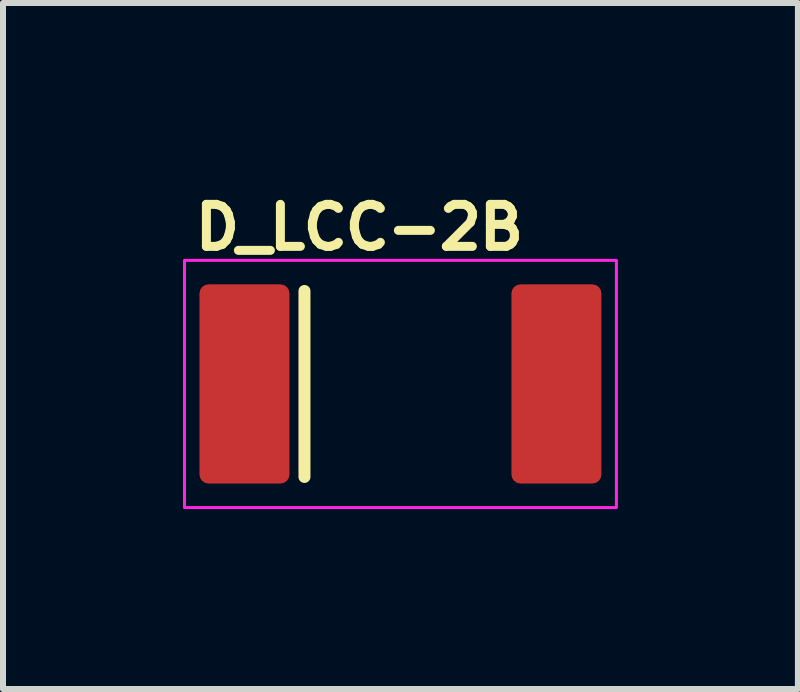
<source format=kicad_pcb>
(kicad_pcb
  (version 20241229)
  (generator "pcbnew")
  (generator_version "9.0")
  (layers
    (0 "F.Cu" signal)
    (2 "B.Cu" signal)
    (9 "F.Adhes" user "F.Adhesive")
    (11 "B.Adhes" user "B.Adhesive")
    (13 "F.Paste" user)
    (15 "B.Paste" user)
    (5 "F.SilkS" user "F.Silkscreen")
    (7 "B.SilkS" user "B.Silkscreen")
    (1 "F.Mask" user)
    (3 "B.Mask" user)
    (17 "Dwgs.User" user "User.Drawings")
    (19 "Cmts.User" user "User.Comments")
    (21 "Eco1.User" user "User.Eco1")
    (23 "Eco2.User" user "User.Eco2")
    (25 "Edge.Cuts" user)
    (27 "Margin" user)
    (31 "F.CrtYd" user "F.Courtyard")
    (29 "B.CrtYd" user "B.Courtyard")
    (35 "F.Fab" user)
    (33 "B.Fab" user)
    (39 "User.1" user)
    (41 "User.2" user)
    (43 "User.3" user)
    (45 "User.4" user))
  (footprint "D_LCC-2B"
    (layer "F.Cu")
    (at 3.625 3.35)
    (property "Reference" "D_LCC-2B" (at -3.5 -2.2 0) (unlocked yes) (layer "F.SilkS") (effects (font (size 0.7 0.7) (thickness 0.15)) (justify left bottom)))
    (attr smd)
    (fp_line (start -1.6 -1.55) (end -1.6 1.55) (stroke (width 0.2) (type default)) (layer "F.SilkS"))
    (fp_rect (start -3.6 -2.06) (end 3.6 2.06) (stroke (width 0.05) (type solid)) (fill no) (layer "F.CrtYd"))
    (fp_rect (start -2.7 -1.81) (end 2.7 1.81) (stroke (width 0.1) (type solid)) (fill no) (layer "User.5"))
    (fp_line (start -2.7 -1.52) (end -2.7 -1.52) (stroke (width 0.02) (type solid)) (layer "User.9"))
    (fp_line (start -2.7 -0.884) (end -2.7 -1.52) (stroke (width 0.02) (type solid)) (layer "User.9"))
    (fp_line (start -2.7 -0.884) (end -2.7 -0.884) (stroke (width 0.02) (type solid)) (layer "User.9"))
    (fp_line (start -2.7 -0.884) (end -2.7 -0.884) (stroke (width 0.02) (type solid)) (layer "User.9"))
    (fp_line (start -2.7 0.936) (end -2.7 0.936) (stroke (width 0.02) (type solid)) (layer "User.9"))
    (fp_line (start -2.7 0.936) (end -2.7 0.936) (stroke (width 0.02) (type solid)) (layer "User.9"))
    (fp_line (start -2.7 0.936) (end -2.7 0.937) (stroke (width 0.02) (type solid)) (layer "User.9"))
    (fp_line (start -2.7 0.936) (end -2.688 0.936) (stroke (width 0.02) (type solid)) (layer "User.9"))
    (fp_line (start -2.7 0.937) (end -2.7 0.936) (stroke (width 0.02) (type solid)) (layer "User.9"))
    (fp_line (start -2.7 0.937) (end -2.699 0.937) (stroke (width 0.02) (type solid)) (layer "User.9"))
    (fp_line (start -2.7 1.52) (end -2.7 0.936) (stroke (width 0.02) (type solid)) (layer "User.9"))
    (fp_line (start -2.7 1.52) (end -2.7 1.52) (stroke (width 0.02) (type solid)) (layer "User.9"))
    (fp_line (start -2.7 1.52) (end -2.697 1.53) (stroke (width 0.02) (type solid)) (layer "User.9"))
    (fp_line (start -2.7 1.52) (end -2.697 1.53) (stroke (width 0.02) (type solid)) (layer "User.9"))
    (fp_line (start -2.699 -1.52) (end -2.7 -1.52) (stroke (width 0.02) (type solid)) (layer "User.9"))
    (fp_line (start -2.699 -1.52) (end -2.699 -1.52) (stroke (width 0.02) (type solid)) (layer "User.9"))
    (fp_line (start -2.699 -0.885) (end -2.699 -0.884) (stroke (width 0.02) (type solid)) (layer "User.9"))
    (fp_line (start -2.699 -0.884) (end -2.7 -0.884) (stroke (width 0.02) (type solid)) (layer "User.9"))
    (fp_line (start -2.699 0.937) (end -2.7 0.937) (stroke (width 0.02) (type solid)) (layer "User.9"))
    (fp_line (start -2.699 0.937) (end -2.699 0.937) (stroke (width 0.02) (type solid)) (layer "User.9"))
    (fp_line (start -2.699 0.937) (end -2.699 0.937) (stroke (width 0.02) (type solid)) (layer "User.9"))
    (fp_line (start -2.699 0.937) (end -2.698 0.938) (stroke (width 0.02) (type solid)) (layer "User.9"))
    (fp_line (start -2.699 1.52) (end -2.7 1.52) (stroke (width 0.02) (type solid)) (layer "User.9"))
    (fp_line (start -2.699 1.52) (end -2.699 1.52) (stroke (width 0.02) (type solid)) (layer "User.9"))
    (fp_line (start -2.698 -1.52) (end -2.699 -1.52) (stroke (width 0.02) (type solid)) (layer "User.9"))
    (fp_line (start -2.698 -0.886) (end -2.698 -0.885) (stroke (width 0.02) (type solid)) (layer "User.9"))
    (fp_line (start -2.698 -0.885) (end -2.699 -0.885) (stroke (width 0.02) (type solid)) (layer "User.9"))
    (fp_line (start -2.698 0.938) (end -2.699 0.937) (stroke (width 0.02) (type solid)) (layer "User.9"))
    (fp_line (start -2.698 0.938) (end -2.698 0.939) (stroke (width 0.02) (type solid)) (layer "User.9"))
    (fp_line (start -2.698 0.939) (end -2.698 0.938) (stroke (width 0.02) (type solid)) (layer "User.9"))
    (fp_line (start -2.698 0.939) (end -2.697 0.94) (stroke (width 0.02) (type solid)) (layer "User.9"))
    (fp_line (start -2.698 1.52) (end -2.699 1.52) (stroke (width 0.02) (type solid)) (layer "User.9"))
    (fp_line (start -2.697 -1.53) (end -2.7 -1.52) (stroke (width 0.02) (type solid)) (layer "User.9"))
    (fp_line (start -2.697 -1.53) (end -2.7 -1.52) (stroke (width 0.02) (type solid)) (layer "User.9"))
    (fp_line (start -2.697 -1.52) (end -2.698 -1.52) (stroke (width 0.02) (type solid)) (layer "User.9"))
    (fp_line (start -2.697 -0.887) (end -2.698 -0.886) (stroke (width 0.02) (type solid)) (layer "User.9"))
    (fp_line (start -2.697 0.94) (end -2.698 0.939) (stroke (width 0.02) (type solid)) (layer "User.9"))
    (fp_line (start -2.697 0.94) (end -2.696 0.941) (stroke (width 0.02) (type solid)) (layer "User.9"))
    (fp_line (start -2.697 1.52) (end -2.698 1.52) (stroke (width 0.02) (type solid)) (layer "User.9"))
    (fp_line (start -2.697 1.53) (end -2.69 1.537) (stroke (width 0.02) (type solid)) (layer "User.9"))
    (fp_line (start -2.697 1.53) (end -2.69 1.537) (stroke (width 0.02) (type solid)) (layer "User.9"))
    (fp_line (start -2.696 -1.52) (end -2.697 -1.52) (stroke (width 0.02) (type solid)) (layer "User.9"))
    (fp_line (start -2.696 -0.888) (end -2.697 -0.887) (stroke (width 0.02) (type solid)) (layer "User.9"))
    (fp_line (start -2.696 0.941) (end -2.697 0.94) (stroke (width 0.02) (type solid)) (layer "User.9"))
    (fp_line (start -2.696 0.941) (end -2.695 0.942) (stroke (width 0.02) (type solid)) (layer "User.9"))
    (fp_line (start -2.696 1.52) (end -2.697 1.52) (stroke (width 0.02) (type solid)) (layer "User.9"))
    (fp_line (start -2.695 -0.889) (end -2.696 -0.888) (stroke (width 0.02) (type solid)) (layer "User.9"))
    (fp_line (start -2.695 0.942) (end -2.696 0.941) (stroke (width 0.02) (type solid)) (layer "User.9"))
    (fp_line (start -2.695 0.942) (end -2.694 0.943) (stroke (width 0.02) (type solid)) (layer "User.9"))
    (fp_line (start -2.694 -1.52) (end -2.696 -1.52) (stroke (width 0.02) (type solid)) (layer "User.9"))
    (fp_line (start -2.694 -0.89) (end -2.695 -0.889) (stroke (width 0.02) (type solid)) (layer "User.9"))
    (fp_line (start -2.694 0.943) (end -2.695 0.942) (stroke (width 0.02) (type solid)) (layer "User.9"))
    (fp_line (start -2.694 0.943) (end -2.692 0.944) (stroke (width 0.02) (type solid)) (layer "User.9"))
    (fp_line (start -2.694 1.52) (end -2.696 1.52) (stroke (width 0.02) (type solid)) (layer "User.9"))
    (fp_line (start -2.692 -1.52) (end -2.694 -1.52) (stroke (width 0.02) (type solid)) (layer "User.9"))
    (fp_line (start -2.692 -0.891) (end -2.694 -0.89) (stroke (width 0.02) (type solid)) (layer "User.9"))
    (fp_line (start -2.692 0.944) (end -2.694 0.943) (stroke (width 0.02) (type solid)) (layer "User.9"))
    (fp_line (start -2.692 0.944) (end -2.691 0.945) (stroke (width 0.02) (type solid)) (layer "User.9"))
    (fp_line (start -2.692 1.52) (end -2.694 1.52) (stroke (width 0.02) (type solid)) (layer "User.9"))
    (fp_line (start -2.691 -1.52) (end -2.692 -1.52) (stroke (width 0.02) (type solid)) (layer "User.9"))
    (fp_line (start -2.691 -0.893) (end -2.692 -0.891) (stroke (width 0.02) (type solid)) (layer "User.9"))
    (fp_line (start -2.691 0.945) (end -2.692 0.944) (stroke (width 0.02) (type solid)) (layer "User.9"))
    (fp_line (start -2.691 0.945) (end -2.69 0.947) (stroke (width 0.02) (type solid)) (layer "User.9"))
    (fp_line (start -2.691 1.52) (end -2.692 1.52) (stroke (width 0.02) (type solid)) (layer "User.9"))
    (fp_line (start -2.69 -1.537) (end -2.697 -1.53) (stroke (width 0.02) (type solid)) (layer "User.9"))
    (fp_line (start -2.69 -1.537) (end -2.697 -1.53) (stroke (width 0.02) (type solid)) (layer "User.9"))
    (fp_line (start -2.69 -0.894) (end -2.691 -0.893) (stroke (width 0.02) (type solid)) (layer "User.9"))
    (fp_line (start -2.69 0.947) (end -2.691 0.945) (stroke (width 0.02) (type solid)) (layer "User.9"))
    (fp_line (start -2.69 0.947) (end -2.688 0.948) (stroke (width 0.02) (type solid)) (layer "User.9"))
    (fp_line (start -2.69 1.537) (end -2.68 1.54) (stroke (width 0.02) (type solid)) (layer "User.9"))
    (fp_line (start -2.69 1.537) (end -2.68 1.54) (stroke (width 0.02) (type solid)) (layer "User.9"))
    (fp_line (start -2.689 -1.52) (end -2.691 -1.52) (stroke (width 0.02) (type solid)) (layer "User.9"))
    (fp_line (start -2.689 1.52) (end -2.691 1.52) (stroke (width 0.02) (type solid)) (layer "User.9"))
    (fp_line (start -2.688 -0.896) (end -2.69 -0.894) (stroke (width 0.02) (type solid)) (layer "User.9"))
    (fp_line (start -2.688 -0.896) (end -2.688 -0.894) (stroke (width 0.02) (type solid)) (layer "User.9"))
    (fp_line (start -2.688 -0.896) (end -2.68 -0.903) (stroke (width 0.02) (type solid)) (layer "User.9"))
    (fp_line (start -2.688 -0.894) (end -2.688 -0.893) (stroke (width 0.02) (type solid)) (layer "User.9"))
    (fp_line (start -2.688 -0.893) (end -2.688 -0.891) (stroke (width 0.02) (type solid)) (layer "User.9"))
    (fp_line (start -2.688 -0.891) (end -2.688 -0.89) (stroke (width 0.02) (type solid)) (layer "User.9"))
    (fp_line (start -2.688 -0.89) (end -2.688 -0.889) (stroke (width 0.02) (type solid)) (layer "User.9"))
    (fp_line (start -2.688 -0.889) (end -2.688 -0.888) (stroke (width 0.02) (type solid)) (layer "User.9"))
    (fp_line (start -2.688 -0.888) (end -2.688 -0.887) (stroke (width 0.02) (type solid)) (layer "User.9"))
    (fp_line (start -2.688 -0.887) (end -2.688 -0.886) (stroke (width 0.02) (type solid)) (layer "User.9"))
    (fp_line (start -2.688 -0.886) (end -2.688 -0.885) (stroke (width 0.02) (type solid)) (layer "User.9"))
    (fp_line (start -2.688 -0.885) (end -2.688 -0.885) (stroke (width 0.02) (type solid)) (layer "User.9"))
    (fp_line (start -2.688 -0.885) (end -2.688 -0.884) (stroke (width 0.02) (type solid)) (layer "User.9"))
    (fp_line (start -2.688 -0.884) (end -2.7 -0.884) (stroke (width 0.02) (type solid)) (layer "User.9"))
    (fp_line (start -2.688 -0.884) (end -2.688 -0.884) (stroke (width 0.02) (type solid)) (layer "User.9"))
    (fp_line (start -2.688 -0.884) (end -2.688 -0.884) (stroke (width 0.02) (type solid)) (layer "User.9"))
    (fp_line (start -2.688 -0.884) (end -2.688 -0.884) (stroke (width 0.02) (type solid)) (layer "User.9"))
    (fp_line (start -2.688 0.936) (end -2.688 0.936) (stroke (width 0.02) (type solid)) (layer "User.9"))
    (fp_line (start -2.688 0.936) (end -2.688 0.937) (stroke (width 0.02) (type solid)) (layer "User.9"))
    (fp_line (start -2.688 0.936) (end -2.655 0.933) (stroke (width 0.02) (type solid)) (layer "User.9"))
    (fp_line (start -2.688 0.936) (end -2.655 0.933) (stroke (width 0.02) (type solid)) (layer "User.9"))
    (fp_line (start -2.688 0.937) (end -2.688 0.937) (stroke (width 0.02) (type solid)) (layer "User.9"))
    (fp_line (start -2.688 0.937) (end -2.688 0.937) (stroke (width 0.02) (type solid)) (layer "User.9"))
    (fp_line (start -2.688 0.937) (end -2.688 0.938) (stroke (width 0.02) (type solid)) (layer "User.9"))
    (fp_line (start -2.688 0.938) (end -2.688 0.939) (stroke (width 0.02) (type solid)) (layer "User.9"))
    (fp_line (start -2.688 0.939) (end -2.688 0.94) (stroke (width 0.02) (type solid)) (layer "User.9"))
    (fp_line (start -2.688 0.94) (end -2.688 0.941) (stroke (width 0.02) (type solid)) (layer "User.9"))
    (fp_line (start -2.688 0.941) (end -2.688 0.942) (stroke (width 0.02) (type solid)) (layer "User.9"))
    (fp_line (start -2.688 0.942) (end -2.688 0.943) (stroke (width 0.02) (type solid)) (layer "User.9"))
    (fp_line (start -2.688 0.943) (end -2.688 0.944) (stroke (width 0.02) (type solid)) (layer "User.9"))
    (fp_line (start -2.688 0.944) (end -2.688 0.945) (stroke (width 0.02) (type solid)) (layer "User.9"))
    (fp_line (start -2.688 0.945) (end -2.688 0.947) (stroke (width 0.02) (type solid)) (layer "User.9"))
    (fp_line (start -2.688 0.947) (end -2.688 0.948) (stroke (width 0.02) (type solid)) (layer "User.9"))
    (fp_line (start -2.688 0.948) (end -2.69 0.947) (stroke (width 0.02) (type solid)) (layer "User.9"))
    (fp_line (start -2.688 0.948) (end -2.68 0.956) (stroke (width 0.02) (type solid)) (layer "User.9"))
    (fp_line (start -2.687 -1.52) (end -2.689 -1.52) (stroke (width 0.02) (type solid)) (layer "User.9"))
    (fp_line (start -2.687 1.52) (end -2.689 1.52) (stroke (width 0.02) (type solid)) (layer "User.9"))
    (fp_line (start -2.684 -1.52) (end -2.687 -1.52) (stroke (width 0.02) (type solid)) (layer "User.9"))
    (fp_line (start -2.684 1.52) (end -2.687 1.52) (stroke (width 0.02) (type solid)) (layer "User.9"))
    (fp_line (start -2.682 -1.52) (end -2.684 -1.52) (stroke (width 0.02) (type solid)) (layer "User.9"))
    (fp_line (start -2.682 1.52) (end -2.684 1.52) (stroke (width 0.02) (type solid)) (layer "User.9"))
    (fp_line (start -2.68 -1.54) (end -2.69 -1.537) (stroke (width 0.02) (type solid)) (layer "User.9"))
    (fp_line (start -2.68 -1.54) (end -2.69 -1.537) (stroke (width 0.02) (type solid)) (layer "User.9"))
    (fp_line (start -2.68 -1.54) (end -2.68 -1.539) (stroke (width 0.02) (type solid)) (layer "User.9"))
    (fp_line (start -2.68 -1.54) (end -2.543 -1.54) (stroke (width 0.02) (type solid)) (layer "User.9"))
    (fp_line (start -2.68 -1.539) (end -2.68 -1.539) (stroke (width 0.02) (type solid)) (layer "User.9"))
    (fp_line (start -2.68 -1.539) (end -2.68 -1.538) (stroke (width 0.02) (type solid)) (layer "User.9"))
    (fp_line (start -2.68 -1.538) (end -2.68 -1.538) (stroke (width 0.02) (type solid)) (layer "User.9"))
    (fp_line (start -2.68 -1.538) (end -2.68 -1.537) (stroke (width 0.02) (type solid)) (layer "User.9"))
    (fp_line (start -2.68 -1.537) (end -2.68 -1.535) (stroke (width 0.02) (type solid)) (layer "User.9"))
    (fp_line (start -2.68 -1.535) (end -2.68 -1.534) (stroke (width 0.02) (type solid)) (layer "User.9"))
    (fp_line (start -2.68 -1.534) (end -2.68 -1.532) (stroke (width 0.02) (type solid)) (layer "User.9"))
    (fp_line (start -2.68 -1.532) (end -2.68 -1.53) (stroke (width 0.02) (type solid)) (layer "User.9"))
    (fp_line (start -2.68 -1.53) (end -2.68 -1.528) (stroke (width 0.02) (type solid)) (layer "User.9"))
    (fp_line (start -2.68 -1.528) (end -2.68 -1.526) (stroke (width 0.02) (type solid)) (layer "User.9"))
    (fp_line (start -2.68 -1.526) (end -2.68 -1.524) (stroke (width 0.02) (type solid)) (layer "User.9"))
    (fp_line (start -2.68 -1.524) (end -2.68 -1.522) (stroke (width 0.02) (type solid)) (layer "User.9"))
    (fp_line (start -2.68 -1.522) (end -2.68 -1.52) (stroke (width 0.02) (type solid)) (layer "User.9"))
    (fp_line (start -2.68 -1.52) (end -2.682 -1.52) (stroke (width 0.02) (type solid)) (layer "User.9"))
    (fp_line (start -2.68 -1.52) (end -2.538 -1.52) (stroke (width 0.02) (type solid)) (layer "User.9"))
    (fp_line (start -2.68 -0.903) (end -2.68 -1.52) (stroke (width 0.02) (type solid)) (layer "User.9"))
    (fp_line (start -2.68 0.956) (end -2.648 0.952) (stroke (width 0.02) (type solid)) (layer "User.9"))
    (fp_line (start -2.68 1.52) (end -2.682 1.52) (stroke (width 0.02) (type solid)) (layer "User.9"))
    (fp_line (start -2.68 1.52) (end -2.68 0.956) (stroke (width 0.02) (type solid)) (layer "User.9"))
    (fp_line (start -2.68 1.522) (end -2.68 1.52) (stroke (width 0.02) (type solid)) (layer "User.9"))
    (fp_line (start -2.68 1.524) (end -2.68 1.522) (stroke (width 0.02) (type solid)) (layer "User.9"))
    (fp_line (start -2.68 1.526) (end -2.68 1.524) (stroke (width 0.02) (type solid)) (layer "User.9"))
    (fp_line (start -2.68 1.528) (end -2.68 1.526) (stroke (width 0.02) (type solid)) (layer "User.9"))
    (fp_line (start -2.68 1.53) (end -2.68 1.528) (stroke (width 0.02) (type solid)) (layer "User.9"))
    (fp_line (start -2.68 1.532) (end -2.68 1.53) (stroke (width 0.02) (type solid)) (layer "User.9"))
    (fp_line (start -2.68 1.534) (end -2.68 1.532) (stroke (width 0.02) (type solid)) (layer "User.9"))
    (fp_line (start -2.68 1.535) (end -2.68 1.534) (stroke (width 0.02) (type solid)) (layer "User.9"))
    (fp_line (start -2.68 1.537) (end -2.68 1.535) (stroke (width 0.02) (type solid)) (layer "User.9"))
    (fp_line (start -2.68 1.538) (end -2.68 1.537) (stroke (width 0.02) (type solid)) (layer "User.9"))
    (fp_line (start -2.68 1.538) (end -2.68 1.538) (stroke (width 0.02) (type solid)) (layer "User.9"))
    (fp_line (start -2.68 1.539) (end -2.68 1.538) (stroke (width 0.02) (type solid)) (layer "User.9"))
    (fp_line (start -2.68 1.539) (end -2.68 1.539) (stroke (width 0.02) (type solid)) (layer "User.9"))
    (fp_line (start -2.68 1.54) (end -2.68 1.539) (stroke (width 0.02) (type solid)) (layer "User.9"))
    (fp_line (start -2.655 -0.88) (end -2.688 -0.884) (stroke (width 0.02) (type solid)) (layer "User.9"))
    (fp_line (start -2.655 -0.88) (end -2.688 -0.884) (stroke (width 0.02) (type solid)) (layer "User.9"))
    (fp_line (start -2.655 0.933) (end -2.623 0.921) (stroke (width 0.02) (type solid)) (layer "User.9"))
    (fp_line (start -2.655 0.933) (end -2.623 0.921) (stroke (width 0.02) (type solid)) (layer "User.9"))
    (fp_line (start -2.648 -0.899) (end -2.68 -0.903) (stroke (width 0.02) (type solid)) (layer "User.9"))
    (fp_line (start -2.648 0.952) (end -2.617 0.941) (stroke (width 0.02) (type solid)) (layer "User.9"))
    (fp_line (start -2.623 -0.869) (end -2.655 -0.88) (stroke (width 0.02) (type solid)) (layer "User.9"))
    (fp_line (start -2.623 -0.869) (end -2.655 -0.88) (stroke (width 0.02) (type solid)) (layer "User.9"))
    (fp_line (start -2.623 0.921) (end -2.595 0.904) (stroke (width 0.02) (type solid)) (layer "User.9"))
    (fp_line (start -2.623 0.921) (end -2.595 0.904) (stroke (width 0.02) (type solid)) (layer "User.9"))
    (fp_line (start -2.617 -0.888) (end -2.648 -0.899) (stroke (width 0.02) (type solid)) (layer "User.9"))
    (fp_line (start -2.617 0.941) (end -2.589 0.925) (stroke (width 0.02) (type solid)) (layer "User.9"))
    (fp_line (start -2.595 -0.851) (end -2.623 -0.869) (stroke (width 0.02) (type solid)) (layer "User.9"))
    (fp_line (start -2.595 -0.851) (end -2.623 -0.869) (stroke (width 0.02) (type solid)) (layer "User.9"))
    (fp_line (start -2.595 0.904) (end -2.571 0.88) (stroke (width 0.02) (type solid)) (layer "User.9"))
    (fp_line (start -2.595 0.904) (end -2.571 0.88) (stroke (width 0.02) (type solid)) (layer "User.9"))
    (fp_line (start -2.589 -0.872) (end -2.617 -0.888) (stroke (width 0.02) (type solid)) (layer "User.9"))
    (fp_line (start -2.589 0.925) (end -2.565 0.904) (stroke (width 0.02) (type solid)) (layer "User.9"))
    (fp_line (start -2.571 -0.827) (end -2.595 -0.851) (stroke (width 0.02) (type solid)) (layer "User.9"))
    (fp_line (start -2.571 -0.827) (end -2.595 -0.851) (stroke (width 0.02) (type solid)) (layer "User.9"))
    (fp_line (start -2.571 0.88) (end -2.553 0.851) (stroke (width 0.02) (type solid)) (layer "User.9"))
    (fp_line (start -2.571 0.88) (end -2.553 0.851) (stroke (width 0.02) (type solid)) (layer "User.9"))
    (fp_line (start -2.565 -0.851) (end -2.589 -0.872) (stroke (width 0.02) (type solid)) (layer "User.9"))
    (fp_line (start -2.565 0.904) (end -2.545 0.878) (stroke (width 0.02) (type solid)) (layer "User.9"))
    (fp_line (start -2.553 -0.799) (end -2.571 -0.827) (stroke (width 0.02) (type solid)) (layer "User.9"))
    (fp_line (start -2.553 -0.799) (end -2.571 -0.827) (stroke (width 0.02) (type solid)) (layer "User.9"))
    (fp_line (start -2.553 0.851) (end -2.542 0.82) (stroke (width 0.02) (type solid)) (layer "User.9"))
    (fp_line (start -2.553 0.851) (end -2.542 0.82) (stroke (width 0.02) (type solid)) (layer "User.9"))
    (fp_line (start -2.545 -0.826) (end -2.565 -0.851) (stroke (width 0.02) (type solid)) (layer "User.9"))
    (fp_line (start -2.545 0.878) (end -2.53 0.85) (stroke (width 0.02) (type solid)) (layer "User.9"))
    (fp_line (start -2.543 -1.54) (end -2.543 -1.538) (stroke (width 0.02) (type solid)) (layer "User.9"))
    (fp_line (start -2.543 -1.54) (end -2.519 -1.56) (stroke (width 0.02) (type solid)) (layer "User.9"))
    (fp_line (start -2.543 -1.54) (end -2.519 -1.56) (stroke (width 0.02) (type solid)) (layer "User.9"))
    (fp_line (start -2.543 -1.538) (end -2.541 -1.533) (stroke (width 0.02) (type solid)) (layer "User.9"))
    (fp_line (start -2.543 1.538) (end -2.541 1.533) (stroke (width 0.02) (type solid)) (layer "User.9"))
    (fp_line (start -2.543 1.54) (end -2.68 1.54) (stroke (width 0.02) (type solid)) (layer "User.9"))
    (fp_line (start -2.543 1.54) (end -2.543 1.538) (stroke (width 0.02) (type solid)) (layer "User.9"))
    (fp_line (start -2.542 -0.767) (end -2.553 -0.799) (stroke (width 0.02) (type solid)) (layer "User.9"))
    (fp_line (start -2.542 -0.767) (end -2.553 -0.799) (stroke (width 0.02) (type solid)) (layer "User.9"))
    (fp_line (start -2.542 0.82) (end -2.538 0.786) (stroke (width 0.02) (type solid)) (layer "User.9"))
    (fp_line (start -2.542 0.82) (end -2.538 0.786) (stroke (width 0.02) (type solid)) (layer "User.9"))
    (fp_line (start -2.541 -1.533) (end -2.538 -1.52) (stroke (width 0.02) (type solid)) (layer "User.9"))
    (fp_line (start -2.541 1.533) (end -2.538 1.52) (stroke (width 0.02) (type solid)) (layer "User.9"))
    (fp_line (start -2.538 -1.52) (end -2.513 -1.538) (stroke (width 0.02) (type solid)) (layer "User.9"))
    (fp_line (start -2.538 -0.734) (end -2.542 -0.767) (stroke (width 0.02) (type solid)) (layer "User.9"))
    (fp_line (start -2.538 -0.734) (end -2.542 -0.767) (stroke (width 0.02) (type solid)) (layer "User.9"))
    (fp_line (start -2.538 -0.734) (end -2.538 -0.734) (stroke (width 0.02) (type solid)) (layer "User.9"))
    (fp_line (start -2.538 -0.734) (end -2.538 -0.734) (stroke (width 0.02) (type solid)) (layer "User.9"))
    (fp_line (start -2.538 0.786) (end -2.538 -0.734) (stroke (width 0.02) (type solid)) (layer "User.9"))
    (fp_line (start -2.538 0.786) (end -2.538 0.786) (stroke (width 0.02) (type solid)) (layer "User.9"))
    (fp_line (start -2.538 0.786) (end -2.538 0.786) (stroke (width 0.02) (type solid)) (layer "User.9"))
    (fp_line (start -2.538 1.52) (end -2.68 1.52) (stroke (width 0.02) (type solid)) (layer "User.9"))
    (fp_line (start -2.537 -0.734) (end -2.538 -0.734) (stroke (width 0.02) (type solid)) (layer "User.9"))
    (fp_line (start -2.537 0.786) (end -2.538 0.786) (stroke (width 0.02) (type solid)) (layer "User.9"))
    (fp_line (start -2.536 -0.734) (end -2.537 -0.734) (stroke (width 0.02) (type solid)) (layer "User.9"))
    (fp_line (start -2.536 0.786) (end -2.537 0.786) (stroke (width 0.02) (type solid)) (layer "User.9"))
    (fp_line (start -2.535 -0.734) (end -2.536 -0.734) (stroke (width 0.02) (type solid)) (layer "User.9"))
    (fp_line (start -2.535 0.786) (end -2.536 0.786) (stroke (width 0.02) (type solid)) (layer "User.9"))
    (fp_line (start -2.534 -0.734) (end -2.535 -0.734) (stroke (width 0.02) (type solid)) (layer "User.9"))
    (fp_line (start -2.534 0.786) (end -2.535 0.786) (stroke (width 0.02) (type solid)) (layer "User.9"))
    (fp_line (start -2.532 -0.734) (end -2.534 -0.734) (stroke (width 0.02) (type solid)) (layer "User.9"))
    (fp_line (start -2.532 0.786) (end -2.534 0.786) (stroke (width 0.02) (type solid)) (layer "User.9"))
    (fp_line (start -2.531 -0.734) (end -2.532 -0.734) (stroke (width 0.02) (type solid)) (layer "User.9"))
    (fp_line (start -2.531 0.786) (end -2.532 0.786) (stroke (width 0.02) (type solid)) (layer "User.9"))
    (fp_line (start -2.53 -0.797) (end -2.545 -0.826) (stroke (width 0.02) (type solid)) (layer "User.9"))
    (fp_line (start -2.53 0.85) (end -2.521 0.819) (stroke (width 0.02) (type solid)) (layer "User.9"))
    (fp_line (start -2.529 -0.734) (end -2.531 -0.734) (stroke (width 0.02) (type solid)) (layer "User.9"))
    (fp_line (start -2.529 0.786) (end -2.531 0.786) (stroke (width 0.02) (type solid)) (layer "User.9"))
    (fp_line (start -2.527 -0.734) (end -2.529 -0.734) (stroke (width 0.02) (type solid)) (layer "User.9"))
    (fp_line (start -2.527 0.786) (end -2.529 0.786) (stroke (width 0.02) (type solid)) (layer "User.9"))
    (fp_line (start -2.525 -0.734) (end -2.527 -0.734) (stroke (width 0.02) (type solid)) (layer "User.9"))
    (fp_line (start -2.525 0.786) (end -2.527 0.786) (stroke (width 0.02) (type solid)) (layer "User.9"))
    (fp_line (start -2.523 -0.734) (end -2.525 -0.734) (stroke (width 0.02) (type solid)) (layer "User.9"))
    (fp_line (start -2.523 0.786) (end -2.525 0.786) (stroke (width 0.02) (type solid)) (layer "User.9"))
    (fp_line (start -2.521 -0.766) (end -2.53 -0.797) (stroke (width 0.02) (type solid)) (layer "User.9"))
    (fp_line (start -2.521 0.819) (end -2.518 0.786) (stroke (width 0.02) (type solid)) (layer "User.9"))
    (fp_line (start -2.52 -0.734) (end -2.523 -0.734) (stroke (width 0.02) (type solid)) (layer "User.9"))
    (fp_line (start -2.52 0.786) (end -2.523 0.786) (stroke (width 0.02) (type solid)) (layer "User.9"))
    (fp_line (start -2.519 -1.56) (end -2.5 -1.585) (stroke (width 0.02) (type solid)) (layer "User.9"))
    (fp_line (start -2.519 -1.56) (end -2.5 -1.585) (stroke (width 0.02) (type solid)) (layer "User.9"))
    (fp_line (start -2.519 1.56) (end -2.543 1.54) (stroke (width 0.02) (type solid)) (layer "User.9"))
    (fp_line (start -2.519 1.56) (end -2.543 1.54) (stroke (width 0.02) (type solid)) (layer "User.9"))
    (fp_line (start -2.518 -0.734) (end -2.521 -0.766) (stroke (width 0.02) (type solid)) (layer "User.9"))
    (fp_line (start -2.518 -0.734) (end -2.52 -0.734) (stroke (width 0.02) (type solid)) (layer "User.9"))
    (fp_line (start -2.518 0.786) (end -2.52 0.786) (stroke (width 0.02) (type solid)) (layer "User.9"))
    (fp_line (start -2.518 0.786) (end -2.518 -0.734) (stroke (width 0.02) (type solid)) (layer "User.9"))
    (fp_line (start -2.513 -1.538) (end -2.493 -1.56) (stroke (width 0.02) (type solid)) (layer "User.9"))
    (fp_line (start -2.513 1.538) (end -2.538 1.52) (stroke (width 0.02) (type solid)) (layer "User.9"))
    (fp_line (start -2.5 -1.585) (end -2.489 -1.615) (stroke (width 0.02) (type solid)) (layer "User.9"))
    (fp_line (start -2.5 -1.585) (end -2.489 -1.615) (stroke (width 0.02) (type solid)) (layer "User.9"))
    (fp_line (start -2.5 1.585) (end -2.519 1.56) (stroke (width 0.02) (type solid)) (layer "User.9"))
    (fp_line (start -2.5 1.585) (end -2.519 1.56) (stroke (width 0.02) (type solid)) (layer "User.9"))
    (fp_line (start -2.493 -1.56) (end -2.477 -1.587) (stroke (width 0.02) (type solid)) (layer "User.9"))
    (fp_line (start -2.493 1.56) (end -2.513 1.538) (stroke (width 0.02) (type solid)) (layer "User.9"))
    (fp_line (start -2.489 -1.615) (end -2.485 -1.646) (stroke (width 0.02) (type solid)) (layer "User.9"))
    (fp_line (start -2.489 -1.615) (end -2.485 -1.646) (stroke (width 0.02) (type solid)) (layer "User.9"))
    (fp_line (start -2.489 1.615) (end -2.5 1.585) (stroke (width 0.02) (type solid)) (layer "User.9"))
    (fp_line (start -2.489 1.615) (end -2.5 1.585) (stroke (width 0.02) (type solid)) (layer "User.9"))
    (fp_line (start -2.485 -1.79) (end -2.485 -1.79) (stroke (width 0.02) (type solid)) (layer "User.9"))
    (fp_line (start -2.485 -1.79) (end -2.484 -1.79) (stroke (width 0.02) (type solid)) (layer "User.9"))
    (fp_line (start -2.485 -1.646) (end -2.485 -1.79) (stroke (width 0.02) (type solid)) (layer "User.9"))
    (fp_line (start -2.485 -1.646) (end -2.485 -1.646) (stroke (width 0.02) (type solid)) (layer "User.9"))
    (fp_line (start -2.485 1.646) (end -2.489 1.615) (stroke (width 0.02) (type solid)) (layer "User.9"))
    (fp_line (start -2.485 1.646) (end -2.489 1.615) (stroke (width 0.02) (type solid)) (layer "User.9"))
    (fp_line (start -2.485 1.646) (end -2.485 1.646) (stroke (width 0.02) (type solid)) (layer "User.9"))
    (fp_line (start -2.485 1.79) (end -2.485 1.646) (stroke (width 0.02) (type solid)) (layer "User.9"))
    (fp_line (start -2.485 1.79) (end -2.485 1.79) (stroke (width 0.02) (type solid)) (layer "User.9"))
    (fp_line (start -2.485 1.79) (end -2.484 1.79) (stroke (width 0.02) (type solid)) (layer "User.9"))
    (fp_line (start -2.485 1.79) (end -2.482 1.8) (stroke (width 0.02) (type solid)) (layer "User.9"))
    (fp_line (start -2.485 1.79) (end -2.482 1.8) (stroke (width 0.02) (type solid)) (layer "User.9"))
    (fp_line (start -2.484 -1.79) (end -2.484 -1.79) (stroke (width 0.02) (type solid)) (layer "User.9"))
    (fp_line (start -2.484 -1.79) (end -2.483 -1.79) (stroke (width 0.02) (type solid)) (layer "User.9"))
    (fp_line (start -2.484 -1.646) (end -2.485 -1.646) (stroke (width 0.02) (type solid)) (layer "User.9"))
    (fp_line (start -2.484 -1.646) (end -2.484 -1.646) (stroke (width 0.02) (type solid)) (layer "User.9"))
    (fp_line (start -2.484 1.646) (end -2.485 1.646) (stroke (width 0.02) (type solid)) (layer "User.9"))
    (fp_line (start -2.484 1.646) (end -2.484 1.646) (stroke (width 0.02) (type solid)) (layer "User.9"))
    (fp_line (start -2.484 1.79) (end -2.484 1.79) (stroke (width 0.02) (type solid)) (layer "User.9"))
    (fp_line (start -2.484 1.79) (end -2.483 1.79) (stroke (width 0.02) (type solid)) (layer "User.9"))
    (fp_line (start -2.483 -1.79) (end -2.482 -1.79) (stroke (width 0.02) (type solid)) (layer "User.9"))
    (fp_line (start -2.483 -1.646) (end -2.484 -1.646) (stroke (width 0.02) (type solid)) (layer "User.9"))
    (fp_line (start -2.483 1.646) (end -2.484 1.646) (stroke (width 0.02) (type solid)) (layer "User.9"))
    (fp_line (start -2.483 1.79) (end -2.482 1.79) (stroke (width 0.02) (type solid)) (layer "User.9"))
    (fp_line (start -2.482 -1.8) (end -2.485 -1.79) (stroke (width 0.02) (type solid)) (layer "User.9"))
    (fp_line (start -2.482 -1.8) (end -2.485 -1.79) (stroke (width 0.02) (type solid)) (layer "User.9"))
    (fp_line (start -2.482 -1.79) (end -2.48 -1.79) (stroke (width 0.02) (type solid)) (layer "User.9"))
    (fp_line (start -2.482 -1.646) (end -2.483 -1.646) (stroke (width 0.02) (type solid)) (layer "User.9"))
    (fp_line (start -2.482 1.646) (end -2.483 1.646) (stroke (width 0.02) (type solid)) (layer "User.9"))
    (fp_line (start -2.482 1.79) (end -2.48 1.79) (stroke (width 0.02) (type solid)) (layer "User.9"))
    (fp_line (start -2.482 1.8) (end -2.475 1.807) (stroke (width 0.02) (type solid)) (layer "User.9"))
    (fp_line (start -2.482 1.8) (end -2.475 1.807) (stroke (width 0.02) (type solid)) (layer "User.9"))
    (fp_line (start -2.48 -1.79) (end -2.479 -1.79) (stroke (width 0.02) (type solid)) (layer "User.9"))
    (fp_line (start -2.48 -1.646) (end -2.482 -1.646) (stroke (width 0.02) (type solid)) (layer "User.9"))
    (fp_line (start -2.48 1.646) (end -2.482 1.646) (stroke (width 0.02) (type solid)) (layer "User.9"))
    (fp_line (start -2.48 1.79) (end -2.479 1.79) (stroke (width 0.02) (type solid)) (layer "User.9"))
    (fp_line (start -2.479 -1.79) (end -2.477 -1.79) (stroke (width 0.02) (type solid)) (layer "User.9"))
    (fp_line (start -2.479 -1.646) (end -2.48 -1.646) (stroke (width 0.02) (type solid)) (layer "User.9"))
    (fp_line (start -2.479 1.646) (end -2.48 1.646) (stroke (width 0.02) (type solid)) (layer "User.9"))
    (fp_line (start -2.479 1.79) (end -2.477 1.79) (stroke (width 0.02) (type solid)) (layer "User.9"))
    (fp_line (start -2.477 -1.79) (end -2.475 -1.79) (stroke (width 0.02) (type solid)) (layer "User.9"))
    (fp_line (start -2.477 -1.646) (end -2.479 -1.646) (stroke (width 0.02) (type solid)) (layer "User.9"))
    (fp_line (start -2.477 -1.587) (end -2.468 -1.616) (stroke (width 0.02) (type solid)) (layer "User.9"))
    (fp_line (start -2.477 1.587) (end -2.493 1.56) (stroke (width 0.02) (type solid)) (layer "User.9"))
    (fp_line (start -2.477 1.646) (end -2.479 1.646) (stroke (width 0.02) (type solid)) (layer "User.9"))
    (fp_line (start -2.477 1.79) (end -2.475 1.79) (stroke (width 0.02) (type solid)) (layer "User.9"))
    (fp_line (start -2.475 -1.807) (end -2.482 -1.8) (stroke (width 0.02) (type solid)) (layer "User.9"))
    (fp_line (start -2.475 -1.807) (end -2.482 -1.8) (stroke (width 0.02) (type solid)) (layer "User.9"))
    (fp_line (start -2.475 -1.79) (end -2.473 -1.79) (stroke (width 0.02) (type solid)) (layer "User.9"))
    (fp_line (start -2.475 -1.646) (end -2.477 -1.646) (stroke (width 0.02) (type solid)) (layer "User.9"))
    (fp_line (start -2.475 1.646) (end -2.477 1.646) (stroke (width 0.02) (type solid)) (layer "User.9"))
    (fp_line (start -2.475 1.79) (end -2.473 1.79) (stroke (width 0.02) (type solid)) (layer "User.9"))
    (fp_line (start -2.475 1.807) (end -2.465 1.81) (stroke (width 0.02) (type solid)) (layer "User.9"))
    (fp_line (start -2.475 1.807) (end -2.465 1.81) (stroke (width 0.02) (type solid)) (layer "User.9"))
    (fp_line (start -2.473 -1.79) (end -2.471 -1.79) (stroke (width 0.02) (type solid)) (layer "User.9"))
    (fp_line (start -2.473 -1.646) (end -2.475 -1.646) (stroke (width 0.02) (type solid)) (layer "User.9"))
    (fp_line (start -2.473 1.646) (end -2.475 1.646) (stroke (width 0.02) (type solid)) (layer "User.9"))
    (fp_line (start -2.473 1.79) (end -2.471 1.79) (stroke (width 0.02) (type solid)) (layer "User.9"))
    (fp_line (start -2.471 -1.79) (end -2.469 -1.79) (stroke (width 0.02) (type solid)) (layer "User.9"))
    (fp_line (start -2.471 -1.646) (end -2.473 -1.646) (stroke (width 0.02) (type solid)) (layer "User.9"))
    (fp_line (start -2.471 1.646) (end -2.473 1.646) (stroke (width 0.02) (type solid)) (layer "User.9"))
    (fp_line (start -2.471 1.79) (end -2.469 1.79) (stroke (width 0.02) (type solid)) (layer "User.9"))
    (fp_line (start -2.469 -1.79) (end -2.467 -1.79) (stroke (width 0.02) (type solid)) (layer "User.9"))
    (fp_line (start -2.469 -1.646) (end -2.471 -1.646) (stroke (width 0.02) (type solid)) (layer "User.9"))
    (fp_line (start -2.469 1.646) (end -2.471 1.646) (stroke (width 0.02) (type solid)) (layer "User.9"))
    (fp_line (start -2.469 1.79) (end -2.467 1.79) (stroke (width 0.02) (type solid)) (layer "User.9"))
    (fp_line (start -2.468 -1.616) (end -2.465 -1.646) (stroke (width 0.02) (type solid)) (layer "User.9"))
    (fp_line (start -2.468 1.616) (end -2.477 1.587) (stroke (width 0.02) (type solid)) (layer "User.9"))
    (fp_line (start -2.467 -1.79) (end -2.465 -1.79) (stroke (width 0.02) (type solid)) (layer "User.9"))
    (fp_line (start -2.467 -1.646) (end -2.469 -1.646) (stroke (width 0.02) (type solid)) (layer "User.9"))
    (fp_line (start -2.467 1.646) (end -2.469 1.646) (stroke (width 0.02) (type solid)) (layer "User.9"))
    (fp_line (start -2.467 1.79) (end -2.465 1.79) (stroke (width 0.02) (type solid)) (layer "User.9"))
    (fp_line (start -2.465 -1.81) (end -2.475 -1.807) (stroke (width 0.02) (type solid)) (layer "User.9"))
    (fp_line (start -2.465 -1.81) (end -2.475 -1.807) (stroke (width 0.02) (type solid)) (layer "User.9"))
    (fp_line (start -2.465 -1.81) (end -2.465 -1.81) (stroke (width 0.02) (type solid)) (layer "User.9"))
    (fp_line (start -2.465 -1.81) (end 2.465 -1.81) (stroke (width 0.02) (type solid)) (layer "User.9"))
    (fp_line (start -2.465 -1.809) (end -2.465 -1.81) (stroke (width 0.02) (type solid)) (layer "User.9"))
    (fp_line (start -2.465 -1.809) (end -2.465 -1.809) (stroke (width 0.02) (type solid)) (layer "User.9"))
    (fp_line (start -2.465 -1.808) (end -2.465 -1.809) (stroke (width 0.02) (type solid)) (layer "User.9"))
    (fp_line (start -2.465 -1.807) (end -2.465 -1.808) (stroke (width 0.02) (type solid)) (layer "User.9"))
    (fp_line (start -2.465 -1.806) (end -2.465 -1.807) (stroke (width 0.02) (type solid)) (layer "User.9"))
    (fp_line (start -2.465 -1.804) (end -2.465 -1.806) (stroke (width 0.02) (type solid)) (layer "User.9"))
    (fp_line (start -2.465 -1.802) (end -2.465 -1.804) (stroke (width 0.02) (type solid)) (layer "User.9"))
    (fp_line (start -2.465 -1.801) (end -2.465 -1.802) (stroke (width 0.02) (type solid)) (layer "User.9"))
    (fp_line (start -2.465 -1.799) (end -2.465 -1.801) (stroke (width 0.02) (type solid)) (layer "User.9"))
    (fp_line (start -2.465 -1.797) (end -2.465 -1.799) (stroke (width 0.02) (type solid)) (layer "User.9"))
    (fp_line (start -2.465 -1.794) (end -2.465 -1.797) (stroke (width 0.02) (type solid)) (layer "User.9"))
    (fp_line (start -2.465 -1.792) (end -2.465 -1.794) (stroke (width 0.02) (type solid)) (layer "User.9"))
    (fp_line (start -2.465 -1.79) (end -2.465 -1.792) (stroke (width 0.02) (type solid)) (layer "User.9"))
    (fp_line (start -2.465 -1.79) (end 2.465 -1.79) (stroke (width 0.02) (type solid)) (layer "User.9"))
    (fp_line (start -2.465 -1.646) (end -2.467 -1.646) (stroke (width 0.02) (type solid)) (layer "User.9"))
    (fp_line (start -2.465 -1.646) (end -2.465 -1.79) (stroke (width 0.02) (type solid)) (layer "User.9"))
    (fp_line (start -2.465 1.646) (end -2.468 1.616) (stroke (width 0.02) (type solid)) (layer "User.9"))
    (fp_line (start -2.465 1.646) (end -2.467 1.646) (stroke (width 0.02) (type solid)) (layer "User.9"))
    (fp_line (start -2.465 1.79) (end -2.465 1.646) (stroke (width 0.02) (type solid)) (layer "User.9"))
    (fp_line (start -2.465 1.79) (end -2.465 1.792) (stroke (width 0.02) (type solid)) (layer "User.9"))
    (fp_line (start -2.465 1.792) (end -2.465 1.794) (stroke (width 0.02) (type solid)) (layer "User.9"))
    (fp_line (start -2.465 1.794) (end -2.465 1.797) (stroke (width 0.02) (type solid)) (layer "User.9"))
    (fp_line (start -2.465 1.797) (end -2.465 1.799) (stroke (width 0.02) (type solid)) (layer "User.9"))
    (fp_line (start -2.465 1.799) (end -2.465 1.801) (stroke (width 0.02) (type solid)) (layer "User.9"))
    (fp_line (start -2.465 1.801) (end -2.465 1.802) (stroke (width 0.02) (type solid)) (layer "User.9"))
    (fp_line (start -2.465 1.802) (end -2.465 1.804) (stroke (width 0.02) (type solid)) (layer "User.9"))
    (fp_line (start -2.465 1.804) (end -2.465 1.806) (stroke (width 0.02) (type solid)) (layer "User.9"))
    (fp_line (start -2.465 1.806) (end -2.465 1.807) (stroke (width 0.02) (type solid)) (layer "User.9"))
    (fp_line (start -2.465 1.807) (end -2.465 1.808) (stroke (width 0.02) (type solid)) (layer "User.9"))
    (fp_line (start -2.465 1.808) (end -2.465 1.809) (stroke (width 0.02) (type solid)) (layer "User.9"))
    (fp_line (start -2.465 1.809) (end -2.465 1.809) (stroke (width 0.02) (type solid)) (layer "User.9"))
    (fp_line (start -2.465 1.809) (end -2.465 1.81) (stroke (width 0.02) (type solid)) (layer "User.9"))
    (fp_line (start -2.465 1.81) (end -2.465 1.81) (stroke (width 0.02) (type solid)) (layer "User.9"))
    (fp_line (start -2.334 -1.505) (end -2.334 -1.505) (stroke (width 0.02) (type solid)) (layer "User.9"))
    (fp_line (start -2.334 -1.505) (end -2.334 1.505) (stroke (width 0.02) (type solid)) (layer "User.9"))
    (fp_line (start -2.334 -1.505) (end -2.333 -1.505) (stroke (width 0.02) (type solid)) (layer "User.9"))
    (fp_line (start -2.334 -1.505) (end -2.331 -1.531) (stroke (width 0.02) (type solid)) (layer "User.9"))
    (fp_line (start -2.334 -1.505) (end -2.331 -1.531) (stroke (width 0.02) (type solid)) (layer "User.9"))
    (fp_line (start -2.334 1.505) (end -2.334 1.505) (stroke (width 0.02) (type solid)) (layer "User.9"))
    (fp_line (start -2.333 -1.505) (end -2.33 -1.505) (stroke (width 0.02) (type solid)) (layer "User.9"))
    (fp_line (start -2.333 1.505) (end -2.334 1.505) (stroke (width 0.02) (type solid)) (layer "User.9"))
    (fp_line (start -2.331 -1.531) (end -2.321 -1.555) (stroke (width 0.02) (type solid)) (layer "User.9"))
    (fp_line (start -2.331 -1.531) (end -2.321 -1.555) (stroke (width 0.02) (type solid)) (layer "User.9"))
    (fp_line (start -2.331 1.531) (end -2.334 1.505) (stroke (width 0.02) (type solid)) (layer "User.9"))
    (fp_line (start -2.331 1.531) (end -2.334 1.505) (stroke (width 0.02) (type solid)) (layer "User.9"))
    (fp_line (start -2.33 -1.505) (end -2.327 -1.505) (stroke (width 0.02) (type solid)) (layer "User.9"))
    (fp_line (start -2.33 1.505) (end -2.333 1.505) (stroke (width 0.02) (type solid)) (layer "User.9"))
    (fp_line (start -2.327 -1.505) (end -2.323 -1.505) (stroke (width 0.02) (type solid)) (layer "User.9"))
    (fp_line (start -2.327 1.505) (end -2.33 1.505) (stroke (width 0.02) (type solid)) (layer "User.9"))
    (fp_line (start -2.323 -1.505) (end -2.319 -1.505) (stroke (width 0.02) (type solid)) (layer "User.9"))
    (fp_line (start -2.323 1.505) (end -2.327 1.505) (stroke (width 0.02) (type solid)) (layer "User.9"))
    (fp_line (start -2.321 -1.555) (end -2.305 -1.576) (stroke (width 0.02) (type solid)) (layer "User.9"))
    (fp_line (start -2.321 -1.555) (end -2.305 -1.576) (stroke (width 0.02) (type solid)) (layer "User.9"))
    (fp_line (start -2.321 1.555) (end -2.331 1.531) (stroke (width 0.02) (type solid)) (layer "User.9"))
    (fp_line (start -2.321 1.555) (end -2.331 1.531) (stroke (width 0.02) (type solid)) (layer "User.9"))
    (fp_line (start -2.319 -1.505) (end -2.313 -1.505) (stroke (width 0.02) (type solid)) (layer "User.9"))
    (fp_line (start -2.319 1.505) (end -2.323 1.505) (stroke (width 0.02) (type solid)) (layer "User.9"))
    (fp_line (start -2.313 -1.505) (end -2.307 -1.505) (stroke (width 0.02) (type solid)) (layer "User.9"))
    (fp_line (start -2.313 1.505) (end -2.319 1.505) (stroke (width 0.02) (type solid)) (layer "User.9"))
    (fp_line (start -2.307 -1.505) (end -2.301 -1.505) (stroke (width 0.02) (type solid)) (layer "User.9"))
    (fp_line (start -2.307 1.505) (end -2.313 1.505) (stroke (width 0.02) (type solid)) (layer "User.9"))
    (fp_line (start -2.305 -1.576) (end -2.284 -1.592) (stroke (width 0.02) (type solid)) (layer "User.9"))
    (fp_line (start -2.305 -1.576) (end -2.284 -1.592) (stroke (width 0.02) (type solid)) (layer "User.9"))
    (fp_line (start -2.305 1.576) (end -2.321 1.555) (stroke (width 0.02) (type solid)) (layer "User.9"))
    (fp_line (start -2.305 1.576) (end -2.321 1.555) (stroke (width 0.02) (type solid)) (layer "User.9"))
    (fp_line (start -2.301 -1.505) (end -2.294 -1.505) (stroke (width 0.02) (type solid)) (layer "User.9"))
    (fp_line (start -2.301 1.505) (end -2.307 1.505) (stroke (width 0.02) (type solid)) (layer "User.9"))
    (fp_line (start -2.294 -1.505) (end -2.286 -1.505) (stroke (width 0.02) (type solid)) (layer "User.9"))
    (fp_line (start -2.294 1.505) (end -2.301 1.505) (stroke (width 0.02) (type solid)) (layer "User.9"))
    (fp_line (start -2.286 -1.505) (end -2.278 -1.505) (stroke (width 0.02) (type solid)) (layer "User.9"))
    (fp_line (start -2.286 1.505) (end -2.294 1.505) (stroke (width 0.02) (type solid)) (layer "User.9"))
    (fp_line (start -2.284 -1.592) (end -2.26 -1.602) (stroke (width 0.02) (type solid)) (layer "User.9"))
    (fp_line (start -2.284 -1.592) (end -2.26 -1.602) (stroke (width 0.02) (type solid)) (layer "User.9"))
    (fp_line (start -2.284 1.592) (end -2.305 1.576) (stroke (width 0.02) (type solid)) (layer "User.9"))
    (fp_line (start -2.284 1.592) (end -2.305 1.576) (stroke (width 0.02) (type solid)) (layer "User.9"))
    (fp_line (start -2.278 -1.505) (end -2.271 -1.505) (stroke (width 0.02) (type solid)) (layer "User.9"))
    (fp_line (start -2.278 1.505) (end -2.286 1.505) (stroke (width 0.02) (type solid)) (layer "User.9"))
    (fp_line (start -2.271 -1.505) (end -2.262 -1.505) (stroke (width 0.02) (type solid)) (layer "User.9"))
    (fp_line (start -2.271 1.505) (end -2.278 1.505) (stroke (width 0.02) (type solid)) (layer "User.9"))
    (fp_line (start -2.262 -1.505) (end -2.262 1.505) (stroke (width 0.02) (type solid)) (layer "User.9"))
    (fp_line (start -2.262 -1.505) (end -2.259 -1.519) (stroke (width 0.02) (type solid)) (layer "User.9"))
    (fp_line (start -2.262 1.505) (end -2.271 1.505) (stroke (width 0.02) (type solid)) (layer "User.9"))
    (fp_line (start -2.26 -1.602) (end -2.234 -1.605) (stroke (width 0.02) (type solid)) (layer "User.9"))
    (fp_line (start -2.26 -1.602) (end -2.234 -1.605) (stroke (width 0.02) (type solid)) (layer "User.9"))
    (fp_line (start -2.26 1.602) (end -2.284 1.592) (stroke (width 0.02) (type solid)) (layer "User.9"))
    (fp_line (start -2.26 1.602) (end -2.284 1.592) (stroke (width 0.02) (type solid)) (layer "User.9"))
    (fp_line (start -2.259 -1.519) (end -2.248 -1.53) (stroke (width 0.02) (type solid)) (layer "User.9"))
    (fp_line (start -2.259 1.519) (end -2.262 1.505) (stroke (width 0.02) (type solid)) (layer "User.9"))
    (fp_line (start -2.248 -1.53) (end -2.234 -1.533) (stroke (width 0.02) (type solid)) (layer "User.9"))
    (fp_line (start -2.248 1.53) (end -2.259 1.519) (stroke (width 0.02) (type solid)) (layer "User.9"))
    (fp_line (start -2.234 -1.605) (end -2.234 -1.605) (stroke (width 0.02) (type solid)) (layer "User.9"))
    (fp_line (start -2.234 -1.605) (end -2.234 -1.603) (stroke (width 0.02) (type solid)) (layer "User.9"))
    (fp_line (start -2.234 -1.603) (end -2.234 -1.601) (stroke (width 0.02) (type solid)) (layer "User.9"))
    (fp_line (start -2.234 -1.601) (end -2.234 -1.598) (stroke (width 0.02) (type solid)) (layer "User.9"))
    (fp_line (start -2.234 -1.598) (end -2.234 -1.594) (stroke (width 0.02) (type solid)) (layer "User.9"))
    (fp_line (start -2.234 -1.594) (end -2.234 -1.59) (stroke (width 0.02) (type solid)) (layer "User.9"))
    (fp_line (start -2.234 -1.59) (end -2.234 -1.584) (stroke (width 0.02) (type solid)) (layer "User.9"))
    (fp_line (start -2.234 -1.584) (end -2.234 -1.578) (stroke (width 0.02) (type solid)) (layer "User.9"))
    (fp_line (start -2.234 -1.578) (end -2.234 -1.572) (stroke (width 0.02) (type solid)) (layer "User.9"))
    (fp_line (start -2.234 -1.572) (end -2.234 -1.565) (stroke (width 0.02) (type solid)) (layer "User.9"))
    (fp_line (start -2.234 -1.565) (end -2.234 -1.557) (stroke (width 0.02) (type solid)) (layer "User.9"))
    (fp_line (start -2.234 -1.557) (end -2.234 -1.549) (stroke (width 0.02) (type solid)) (layer "User.9"))
    (fp_line (start -2.234 -1.549) (end -2.234 -1.541) (stroke (width 0.02) (type solid)) (layer "User.9"))
    (fp_line (start -2.234 -1.541) (end -2.234 -1.533) (stroke (width 0.02) (type solid)) (layer "User.9"))
    (fp_line (start -2.234 1.533) (end -2.248 1.53) (stroke (width 0.02) (type solid)) (layer "User.9"))
    (fp_line (start -2.234 1.533) (end -2.234 1.541) (stroke (width 0.02) (type solid)) (layer "User.9"))
    (fp_line (start -2.234 1.533) (end 2.234 1.533) (stroke (width 0.02) (type solid)) (layer "User.9"))
    (fp_line (start -2.234 1.541) (end -2.234 1.549) (stroke (width 0.02) (type solid)) (layer "User.9"))
    (fp_line (start -2.234 1.549) (end -2.234 1.557) (stroke (width 0.02) (type solid)) (layer "User.9"))
    (fp_line (start -2.234 1.557) (end -2.234 1.565) (stroke (width 0.02) (type solid)) (layer "User.9"))
    (fp_line (start -2.234 1.565) (end -2.234 1.572) (stroke (width 0.02) (type solid)) (layer "User.9"))
    (fp_line (start -2.234 1.572) (end -2.234 1.578) (stroke (width 0.02) (type solid)) (layer "User.9"))
    (fp_line (start -2.234 1.578) (end -2.234 1.584) (stroke (width 0.02) (type solid)) (layer "User.9"))
    (fp_line (start -2.234 1.584) (end -2.234 1.59) (stroke (width 0.02) (type solid)) (layer "User.9"))
    (fp_line (start -2.234 1.59) (end -2.234 1.594) (stroke (width 0.02) (type solid)) (layer "User.9"))
    (fp_line (start -2.234 1.594) (end -2.234 1.598) (stroke (width 0.02) (type solid)) (layer "User.9"))
    (fp_line (start -2.234 1.598) (end -2.234 1.601) (stroke (width 0.02) (type solid)) (layer "User.9"))
    (fp_line (start -2.234 1.601) (end -2.234 1.603) (stroke (width 0.02) (type solid)) (layer "User.9"))
    (fp_line (start -2.234 1.603) (end -2.234 1.605) (stroke (width 0.02) (type solid)) (layer "User.9"))
    (fp_line (start -2.234 1.605) (end -2.26 1.602) (stroke (width 0.02) (type solid)) (layer "User.9"))
    (fp_line (start -2.234 1.605) (end -2.26 1.602) (stroke (width 0.02) (type solid)) (layer "User.9"))
    (fp_line (start -2.234 1.605) (end -2.234 1.605) (stroke (width 0.02) (type solid)) (layer "User.9"))
    (fp_line (start -2.234 1.605) (end 2.234 1.605) (stroke (width 0.02) (type solid)) (layer "User.9"))
    (fp_line (start -2.179 -1.227) (end -2.175 -1.266) (stroke (width 0.02) (type solid)) (layer "User.9"))
    (fp_line (start -2.175 -1.266) (end -2.164 -1.304) (stroke (width 0.02) (type solid)) (layer "User.9"))
    (fp_line (start -2.175 -1.188) (end -2.179 -1.227) (stroke (width 0.02) (type solid)) (layer "User.9"))
    (fp_line (start -2.164 -1.304) (end -2.145 -1.338) (stroke (width 0.02) (type solid)) (layer "User.9"))
    (fp_line (start -2.164 -1.15) (end -2.175 -1.188) (stroke (width 0.02) (type solid)) (layer "User.9"))
    (fp_line (start -2.145 -1.338) (end -2.12 -1.368) (stroke (width 0.02) (type solid)) (layer "User.9"))
    (fp_line (start -2.145 -1.116) (end -2.164 -1.15) (stroke (width 0.02) (type solid)) (layer "User.9"))
    (fp_line (start -2.12 -1.368) (end -2.09 -1.393) (stroke (width 0.02) (type solid)) (layer "User.9"))
    (fp_line (start -2.12 -1.086) (end -2.145 -1.116) (stroke (width 0.02) (type solid)) (layer "User.9"))
    (fp_line (start -2.09 -1.393) (end -2.055 -1.412) (stroke (width 0.02) (type solid)) (layer "User.9"))
    (fp_line (start -2.09 -1.061) (end -2.12 -1.086) (stroke (width 0.02) (type solid)) (layer "User.9"))
    (fp_line (start -2.055 -1.412) (end -2.018 -1.423) (stroke (width 0.02) (type solid)) (layer "User.9"))
    (fp_line (start -2.055 -1.042) (end -2.09 -1.061) (stroke (width 0.02) (type solid)) (layer "User.9"))
    (fp_line (start -2.018 -1.423) (end -1.979 -1.427) (stroke (width 0.02) (type solid)) (layer "User.9"))
    (fp_line (start -2.018 -1.031) (end -2.055 -1.042) (stroke (width 0.02) (type solid)) (layer "User.9"))
    (fp_line (start -1.979 -1.427) (end -1.94 -1.423) (stroke (width 0.02) (type solid)) (layer "User.9"))
    (fp_line (start -1.979 -1.027) (end -2.018 -1.031) (stroke (width 0.02) (type solid)) (layer "User.9"))
    (fp_line (start -1.94 -1.423) (end -1.902 -1.412) (stroke (width 0.02) (type solid)) (layer "User.9"))
    (fp_line (start -1.94 -1.031) (end -1.979 -1.027) (stroke (width 0.02) (type solid)) (layer "User.9"))
    (fp_line (start -1.902 -1.412) (end -1.868 -1.393) (stroke (width 0.02) (type solid)) (layer "User.9"))
    (fp_line (start -1.902 -1.042) (end -1.94 -1.031) (stroke (width 0.02) (type solid)) (layer "User.9"))
    (fp_line (start -1.868 -1.393) (end -1.838 -1.368) (stroke (width 0.02) (type solid)) (layer "User.9"))
    (fp_line (start -1.868 -1.061) (end -1.902 -1.042) (stroke (width 0.02) (type solid)) (layer "User.9"))
    (fp_line (start -1.838 -1.368) (end -1.813 -1.338) (stroke (width 0.02) (type solid)) (layer "User.9"))
    (fp_line (start -1.838 -1.086) (end -1.868 -1.061) (stroke (width 0.02) (type solid)) (layer "User.9"))
    (fp_line (start -1.813 -1.338) (end -1.794 -1.304) (stroke (width 0.02) (type solid)) (layer "User.9"))
    (fp_line (start -1.813 -1.116) (end -1.838 -1.086) (stroke (width 0.02) (type solid)) (layer "User.9"))
    (fp_line (start -1.794 -1.304) (end -1.783 -1.266) (stroke (width 0.02) (type solid)) (layer "User.9"))
    (fp_line (start -1.794 -1.15) (end -1.813 -1.116) (stroke (width 0.02) (type solid)) (layer "User.9"))
    (fp_line (start -1.783 -1.266) (end -1.779 -1.227) (stroke (width 0.02) (type solid)) (layer "User.9"))
    (fp_line (start -1.783 -1.188) (end -1.794 -1.15) (stroke (width 0.02) (type solid)) (layer "User.9"))
    (fp_line (start -1.779 -1.227) (end -1.783 -1.188) (stroke (width 0.02) (type solid)) (layer "User.9"))
    (fp_line (start 2.234 -1.605) (end -2.234 -1.605) (stroke (width 0.02) (type solid)) (layer "User.9"))
    (fp_line (start 2.234 -1.605) (end 2.234 -1.605) (stroke (width 0.02) (type solid)) (layer "User.9"))
    (fp_line (start 2.234 -1.605) (end 2.234 -1.603) (stroke (width 0.02) (type solid)) (layer "User.9"))
    (fp_line (start 2.234 -1.605) (end 2.26 -1.602) (stroke (width 0.02) (type solid)) (layer "User.9"))
    (fp_line (start 2.234 -1.605) (end 2.26 -1.602) (stroke (width 0.02) (type solid)) (layer "User.9"))
    (fp_line (start 2.234 -1.603) (end 2.234 -1.601) (stroke (width 0.02) (type solid)) (layer "User.9"))
    (fp_line (start 2.234 -1.601) (end 2.234 -1.598) (stroke (width 0.02) (type solid)) (layer "User.9"))
    (fp_line (start 2.234 -1.598) (end 2.234 -1.594) (stroke (width 0.02) (type solid)) (layer "User.9"))
    (fp_line (start 2.234 -1.594) (end 2.234 -1.59) (stroke (width 0.02) (type solid)) (layer "User.9"))
    (fp_line (start 2.234 -1.59) (end 2.234 -1.584) (stroke (width 0.02) (type solid)) (layer "User.9"))
    (fp_line (start 2.234 -1.584) (end 2.234 -1.578) (stroke (width 0.02) (type solid)) (layer "User.9"))
    (fp_line (start 2.234 -1.578) (end 2.234 -1.572) (stroke (width 0.02) (type solid)) (layer "User.9"))
    (fp_line (start 2.234 -1.572) (end 2.234 -1.565) (stroke (width 0.02) (type solid)) (layer "User.9"))
    (fp_line (start 2.234 -1.565) (end 2.234 -1.557) (stroke (width 0.02) (type solid)) (layer "User.9"))
    (fp_line (start 2.234 -1.557) (end 2.234 -1.549) (stroke (width 0.02) (type solid)) (layer "User.9"))
    (fp_line (start 2.234 -1.549) (end 2.234 -1.541) (stroke (width 0.02) (type solid)) (layer "User.9"))
    (fp_line (start 2.234 -1.541) (end 2.234 -1.533) (stroke (width 0.02) (type solid)) (layer "User.9"))
    (fp_line (start 2.234 -1.533) (end -2.234 -1.533) (stroke (width 0.02) (type solid)) (layer "User.9"))
    (fp_line (start 2.234 -1.533) (end 2.248 -1.53) (stroke (width 0.02) (type solid)) (layer "User.9"))
    (fp_line (start 2.234 1.533) (end 2.234 1.541) (stroke (width 0.02) (type solid)) (layer "User.9"))
    (fp_line (start 2.234 1.541) (end 2.234 1.549) (stroke (width 0.02) (type solid)) (layer "User.9"))
    (fp_line (start 2.234 1.549) (end 2.234 1.557) (stroke (width 0.02) (type solid)) (layer "User.9"))
    (fp_line (start 2.234 1.557) (end 2.234 1.565) (stroke (width 0.02) (type solid)) (layer "User.9"))
    (fp_line (start 2.234 1.565) (end 2.234 1.572) (stroke (width 0.02) (type solid)) (layer "User.9"))
    (fp_line (start 2.234 1.572) (end 2.234 1.578) (stroke (width 0.02) (type solid)) (layer "User.9"))
    (fp_line (start 2.234 1.578) (end 2.234 1.584) (stroke (width 0.02) (type solid)) (layer "User.9"))
    (fp_line (start 2.234 1.584) (end 2.234 1.59) (stroke (width 0.02) (type solid)) (layer "User.9"))
    (fp_line (start 2.234 1.59) (end 2.234 1.594) (stroke (width 0.02) (type solid)) (layer "User.9"))
    (fp_line (start 2.234 1.594) (end 2.234 1.598) (stroke (width 0.02) (type solid)) (layer "User.9"))
    (fp_line (start 2.234 1.598) (end 2.234 1.601) (stroke (width 0.02) (type solid)) (layer "User.9"))
    (fp_line (start 2.234 1.601) (end 2.234 1.603) (stroke (width 0.02) (type solid)) (layer "User.9"))
    (fp_line (start 2.234 1.603) (end 2.234 1.605) (stroke (width 0.02) (type solid)) (layer "User.9"))
    (fp_line (start 2.234 1.605) (end 2.234 1.605) (stroke (width 0.02) (type solid)) (layer "User.9"))
    (fp_line (start 2.248 -1.53) (end 2.259 -1.519) (stroke (width 0.02) (type solid)) (layer "User.9"))
    (fp_line (start 2.248 1.53) (end 2.234 1.533) (stroke (width 0.02) (type solid)) (layer "User.9"))
    (fp_line (start 2.259 -1.519) (end 2.262 -1.505) (stroke (width 0.02) (type solid)) (layer "User.9"))
    (fp_line (start 2.259 1.519) (end 2.248 1.53) (stroke (width 0.02) (type solid)) (layer "User.9"))
    (fp_line (start 2.26 -1.602) (end 2.284 -1.592) (stroke (width 0.02) (type solid)) (layer "User.9"))
    (fp_line (start 2.26 -1.602) (end 2.284 -1.592) (stroke (width 0.02) (type solid)) (layer "User.9"))
    (fp_line (start 2.26 1.602) (end 2.234 1.605) (stroke (width 0.02) (type solid)) (layer "User.9"))
    (fp_line (start 2.26 1.602) (end 2.234 1.605) (stroke (width 0.02) (type solid)) (layer "User.9"))
    (fp_line (start 2.262 1.505) (end 2.259 1.519) (stroke (width 0.02) (type solid)) (layer "User.9"))
    (fp_line (start 2.262 1.505) (end 2.262 -1.505) (stroke (width 0.02) (type solid)) (layer "User.9"))
    (fp_line (start 2.262 1.505) (end 2.271 1.505) (stroke (width 0.02) (type solid)) (layer "User.9"))
    (fp_line (start 2.271 -1.505) (end 2.262 -1.505) (stroke (width 0.02) (type solid)) (layer "User.9"))
    (fp_line (start 2.271 1.505) (end 2.278 1.505) (stroke (width 0.02) (type solid)) (layer "User.9"))
    (fp_line (start 2.278 -1.505) (end 2.271 -1.505) (stroke (width 0.02) (type solid)) (layer "User.9"))
    (fp_line (start 2.278 1.505) (end 2.286 1.505) (stroke (width 0.02) (type solid)) (layer "User.9"))
    (fp_line (start 2.284 -1.592) (end 2.305 -1.576) (stroke (width 0.02) (type solid)) (layer "User.9"))
    (fp_line (start 2.284 -1.592) (end 2.305 -1.576) (stroke (width 0.02) (type solid)) (layer "User.9"))
    (fp_line (start 2.284 1.592) (end 2.26 1.602) (stroke (width 0.02) (type solid)) (layer "User.9"))
    (fp_line (start 2.284 1.592) (end 2.26 1.602) (stroke (width 0.02) (type solid)) (layer "User.9"))
    (fp_line (start 2.286 -1.505) (end 2.278 -1.505) (stroke (width 0.02) (type solid)) (layer "User.9"))
    (fp_line (start 2.286 1.505) (end 2.294 1.505) (stroke (width 0.02) (type solid)) (layer "User.9"))
    (fp_line (start 2.294 -1.505) (end 2.286 -1.505) (stroke (width 0.02) (type solid)) (layer "User.9"))
    (fp_line (start 2.294 1.505) (end 2.301 1.505) (stroke (width 0.02) (type solid)) (layer "User.9"))
    (fp_line (start 2.301 -1.505) (end 2.294 -1.505) (stroke (width 0.02) (type solid)) (layer "User.9"))
    (fp_line (start 2.301 1.505) (end 2.307 1.505) (stroke (width 0.02) (type solid)) (layer "User.9"))
    (fp_line (start 2.305 -1.576) (end 2.321 -1.555) (stroke (width 0.02) (type solid)) (layer "User.9"))
    (fp_line (start 2.305 -1.576) (end 2.321 -1.555) (stroke (width 0.02) (type solid)) (layer "User.9"))
    (fp_line (start 2.305 1.576) (end 2.284 1.592) (stroke (width 0.02) (type solid)) (layer "User.9"))
    (fp_line (start 2.305 1.576) (end 2.284 1.592) (stroke (width 0.02) (type solid)) (layer "User.9"))
    (fp_line (start 2.307 -1.505) (end 2.301 -1.505) (stroke (width 0.02) (type solid)) (layer "User.9"))
    (fp_line (start 2.307 1.505) (end 2.313 1.505) (stroke (width 0.02) (type solid)) (layer "User.9"))
    (fp_line (start 2.313 -1.505) (end 2.307 -1.505) (stroke (width 0.02) (type solid)) (layer "User.9"))
    (fp_line (start 2.313 1.505) (end 2.319 1.505) (stroke (width 0.02) (type solid)) (layer "User.9"))
    (fp_line (start 2.319 -1.505) (end 2.313 -1.505) (stroke (width 0.02) (type solid)) (layer "User.9"))
    (fp_line (start 2.319 1.505) (end 2.323 1.505) (stroke (width 0.02) (type solid)) (layer "User.9"))
    (fp_line (start 2.321 -1.555) (end 2.331 -1.531) (stroke (width 0.02) (type solid)) (layer "User.9"))
    (fp_line (start 2.321 -1.555) (end 2.331 -1.531) (stroke (width 0.02) (type solid)) (layer "User.9"))
    (fp_line (start 2.321 1.555) (end 2.305 1.576) (stroke (width 0.02) (type solid)) (layer "User.9"))
    (fp_line (start 2.321 1.555) (end 2.305 1.576) (stroke (width 0.02) (type solid)) (layer "User.9"))
    (fp_line (start 2.323 -1.505) (end 2.319 -1.505) (stroke (width 0.02) (type solid)) (layer "User.9"))
    (fp_line (start 2.323 1.505) (end 2.327 1.505) (stroke (width 0.02) (type solid)) (layer "User.9"))
    (fp_line (start 2.327 -1.505) (end 2.323 -1.505) (stroke (width 0.02) (type solid)) (layer "User.9"))
    (fp_line (start 2.327 1.505) (end 2.33 1.505) (stroke (width 0.02) (type solid)) (layer "User.9"))
    (fp_line (start 2.33 -1.505) (end 2.327 -1.505) (stroke (width 0.02) (type solid)) (layer "User.9"))
    (fp_line (start 2.33 1.505) (end 2.333 1.505) (stroke (width 0.02) (type solid)) (layer "User.9"))
    (fp_line (start 2.331 -1.531) (end 2.334 -1.505) (stroke (width 0.02) (type solid)) (layer "User.9"))
    (fp_line (start 2.331 -1.531) (end 2.334 -1.505) (stroke (width 0.02) (type solid)) (layer "User.9"))
    (fp_line (start 2.331 1.531) (end 2.321 1.555) (stroke (width 0.02) (type solid)) (layer "User.9"))
    (fp_line (start 2.331 1.531) (end 2.321 1.555) (stroke (width 0.02) (type solid)) (layer "User.9"))
    (fp_line (start 2.333 -1.505) (end 2.33 -1.505) (stroke (width 0.02) (type solid)) (layer "User.9"))
    (fp_line (start 2.333 1.505) (end 2.334 1.505) (stroke (width 0.02) (type solid)) (layer "User.9"))
    (fp_line (start 2.334 -1.505) (end 2.333 -1.505) (stroke (width 0.02) (type solid)) (layer "User.9"))
    (fp_line (start 2.334 -1.505) (end 2.334 -1.505) (stroke (width 0.02) (type solid)) (layer "User.9"))
    (fp_line (start 2.334 1.505) (end 2.331 1.531) (stroke (width 0.02) (type solid)) (layer "User.9"))
    (fp_line (start 2.334 1.505) (end 2.331 1.531) (stroke (width 0.02) (type solid)) (layer "User.9"))
    (fp_line (start 2.334 1.505) (end 2.334 -1.505) (stroke (width 0.02) (type solid)) (layer "User.9"))
    (fp_line (start 2.334 1.505) (end 2.334 1.505) (stroke (width 0.02) (type solid)) (layer "User.9"))
    (fp_line (start 2.465 -1.81) (end 2.465 -1.81) (stroke (width 0.02) (type solid)) (layer "User.9"))
    (fp_line (start 2.465 -1.809) (end 2.465 -1.81) (stroke (width 0.02) (type solid)) (layer "User.9"))
    (fp_line (start 2.465 -1.809) (end 2.465 -1.809) (stroke (width 0.02) (type solid)) (layer "User.9"))
    (fp_line (start 2.465 -1.808) (end 2.465 -1.809) (stroke (width 0.02) (type solid)) (layer "User.9"))
    (fp_line (start 2.465 -1.807) (end 2.465 -1.808) (stroke (width 0.02) (type solid)) (layer "User.9"))
    (fp_line (start 2.465 -1.806) (end 2.465 -1.807) (stroke (width 0.02) (type solid)) (layer "User.9"))
    (fp_line (start 2.465 -1.804) (end 2.465 -1.806) (stroke (width 0.02) (type solid)) (layer "User.9"))
    (fp_line (start 2.465 -1.802) (end 2.465 -1.804) (stroke (width 0.02) (type solid)) (layer "User.9"))
    (fp_line (start 2.465 -1.801) (end 2.465 -1.802) (stroke (width 0.02) (type solid)) (layer "User.9"))
    (fp_line (start 2.465 -1.799) (end 2.465 -1.801) (stroke (width 0.02) (type solid)) (layer "User.9"))
    (fp_line (start 2.465 -1.797) (end 2.465 -1.799) (stroke (width 0.02) (type solid)) (layer "User.9"))
    (fp_line (start 2.465 -1.794) (end 2.465 -1.797) (stroke (width 0.02) (type solid)) (layer "User.9"))
    (fp_line (start 2.465 -1.792) (end 2.465 -1.794) (stroke (width 0.02) (type solid)) (layer "User.9"))
    (fp_line (start 2.465 -1.79) (end 2.465 -1.792) (stroke (width 0.02) (type solid)) (layer "User.9"))
    (fp_line (start 2.465 -1.79) (end 2.465 -1.646) (stroke (width 0.02) (type solid)) (layer "User.9"))
    (fp_line (start 2.465 -1.646) (end 2.468 -1.616) (stroke (width 0.02) (type solid)) (layer "User.9"))
    (fp_line (start 2.465 1.646) (end 2.465 1.79) (stroke (width 0.02) (type solid)) (layer "User.9"))
    (fp_line (start 2.465 1.79) (end -2.465 1.79) (stroke (width 0.02) (type solid)) (layer "User.9"))
    (fp_line (start 2.465 1.79) (end 2.465 1.792) (stroke (width 0.02) (type solid)) (layer "User.9"))
    (fp_line (start 2.465 1.792) (end 2.465 1.794) (stroke (width 0.02) (type solid)) (layer "User.9"))
    (fp_line (start 2.465 1.794) (end 2.465 1.797) (stroke (width 0.02) (type solid)) (layer "User.9"))
    (fp_line (start 2.465 1.797) (end 2.465 1.799) (stroke (width 0.02) (type solid)) (layer "User.9"))
    (fp_line (start 2.465 1.799) (end 2.465 1.801) (stroke (width 0.02) (type solid)) (layer "User.9"))
    (fp_line (start 2.465 1.801) (end 2.465 1.802) (stroke (width 0.02) (type solid)) (layer "User.9"))
    (fp_line (start 2.465 1.802) (end 2.465 1.804) (stroke (width 0.02) (type solid)) (layer "User.9"))
    (fp_line (start 2.465 1.804) (end 2.465 1.806) (stroke (width 0.02) (type solid)) (layer "User.9"))
    (fp_line (start 2.465 1.806) (end 2.465 1.807) (stroke (width 0.02) (type solid)) (layer "User.9"))
    (fp_line (start 2.465 1.807) (end 2.465 1.808) (stroke (width 0.02) (type solid)) (layer "User.9"))
    (fp_line (start 2.465 1.808) (end 2.465 1.809) (stroke (width 0.02) (type solid)) (layer "User.9"))
    (fp_line (start 2.465 1.809) (end 2.465 1.809) (stroke (width 0.02) (type solid)) (layer "User.9"))
    (fp_line (start 2.465 1.809) (end 2.465 1.81) (stroke (width 0.02) (type solid)) (layer "User.9"))
    (fp_line (start 2.465 1.81) (end -2.465 1.81) (stroke (width 0.02) (type solid)) (layer "User.9"))
    (fp_line (start 2.465 1.81) (end 2.465 1.81) (stroke (width 0.02) (type solid)) (layer "User.9"))
    (fp_line (start 2.465 1.81) (end 2.475 1.807) (stroke (width 0.02) (type solid)) (layer "User.9"))
    (fp_line (start 2.465 1.81) (end 2.475 1.807) (stroke (width 0.02) (type solid)) (layer "User.9"))
    (fp_line (start 2.467 -1.79) (end 2.465 -1.79) (stroke (width 0.02) (type solid)) (layer "User.9"))
    (fp_line (start 2.467 -1.646) (end 2.465 -1.646) (stroke (width 0.02) (type solid)) (layer "User.9"))
    (fp_line (start 2.467 1.646) (end 2.465 1.646) (stroke (width 0.02) (type solid)) (layer "User.9"))
    (fp_line (start 2.467 1.79) (end 2.465 1.79) (stroke (width 0.02) (type solid)) (layer "User.9"))
    (fp_line (start 2.468 -1.616) (end 2.477 -1.587) (stroke (width 0.02) (type solid)) (layer "User.9"))
    (fp_line (start 2.468 1.616) (end 2.465 1.646) (stroke (width 0.02) (type solid)) (layer "User.9"))
    (fp_line (start 2.469 -1.79) (end 2.467 -1.79) (stroke (width 0.02) (type solid)) (layer "User.9"))
    (fp_line (start 2.469 -1.646) (end 2.467 -1.646) (stroke (width 0.02) (type solid)) (layer "User.9"))
    (fp_line (start 2.469 1.646) (end 2.467 1.646) (stroke (width 0.02) (type solid)) (layer "User.9"))
    (fp_line (start 2.469 1.79) (end 2.467 1.79) (stroke (width 0.02) (type solid)) (layer "User.9"))
    (fp_line (start 2.471 -1.79) (end 2.469 -1.79) (stroke (width 0.02) (type solid)) (layer "User.9"))
    (fp_line (start 2.471 -1.646) (end 2.469 -1.646) (stroke (width 0.02) (type solid)) (layer "User.9"))
    (fp_line (start 2.471 1.646) (end 2.469 1.646) (stroke (width 0.02) (type solid)) (layer "User.9"))
    (fp_line (start 2.471 1.79) (end 2.469 1.79) (stroke (width 0.02) (type solid)) (layer "User.9"))
    (fp_line (start 2.473 -1.79) (end 2.471 -1.79) (stroke (width 0.02) (type solid)) (layer "User.9"))
    (fp_line (start 2.473 -1.646) (end 2.471 -1.646) (stroke (width 0.02) (type solid)) (layer "User.9"))
    (fp_line (start 2.473 1.646) (end 2.471 1.646) (stroke (width 0.02) (type solid)) (layer "User.9"))
    (fp_line (start 2.473 1.79) (end 2.471 1.79) (stroke (width 0.02) (type solid)) (layer "User.9"))
    (fp_line (start 2.475 -1.807) (end 2.465 -1.81) (stroke (width 0.02) (type solid)) (layer "User.9"))
    (fp_line (start 2.475 -1.807) (end 2.465 -1.81) (stroke (width 0.02) (type solid)) (layer "User.9"))
    (fp_line (start 2.475 -1.79) (end 2.473 -1.79) (stroke (width 0.02) (type solid)) (layer "User.9"))
    (fp_line (start 2.475 -1.646) (end 2.473 -1.646) (stroke (width 0.02) (type solid)) (layer "User.9"))
    (fp_line (start 2.475 1.646) (end 2.473 1.646) (stroke (width 0.02) (type solid)) (layer "User.9"))
    (fp_line (start 2.475 1.79) (end 2.473 1.79) (stroke (width 0.02) (type solid)) (layer "User.9"))
    (fp_line (start 2.475 1.807) (end 2.482 1.8) (stroke (width 0.02) (type solid)) (layer "User.9"))
    (fp_line (start 2.475 1.807) (end 2.482 1.8) (stroke (width 0.02) (type solid)) (layer "User.9"))
    (fp_line (start 2.477 -1.79) (end 2.475 -1.79) (stroke (width 0.02) (type solid)) (layer "User.9"))
    (fp_line (start 2.477 -1.646) (end 2.475 -1.646) (stroke (width 0.02) (type solid)) (layer "User.9"))
    (fp_line (start 2.477 -1.587) (end 2.493 -1.56) (stroke (width 0.02) (type solid)) (layer "User.9"))
    (fp_line (start 2.477 1.587) (end 2.468 1.616) (stroke (width 0.02) (type solid)) (layer "User.9"))
    (fp_line (start 2.477 1.646) (end 2.475 1.646) (stroke (width 0.02) (type solid)) (layer "User.9"))
    (fp_line (start 2.477 1.79) (end 2.475 1.79) (stroke (width 0.02) (type solid)) (layer "User.9"))
    (fp_line (start 2.479 -1.79) (end 2.477 -1.79) (stroke (width 0.02) (type solid)) (layer "User.9"))
    (fp_line (start 2.479 -1.646) (end 2.477 -1.646) (stroke (width 0.02) (type solid)) (layer "User.9"))
    (fp_line (start 2.479 1.646) (end 2.477 1.646) (stroke (width 0.02) (type solid)) (layer "User.9"))
    (fp_line (start 2.479 1.79) (end 2.477 1.79) (stroke (width 0.02) (type solid)) (layer "User.9"))
    (fp_line (start 2.48 -1.79) (end 2.479 -1.79) (stroke (width 0.02) (type solid)) (layer "User.9"))
    (fp_line (start 2.48 -1.646) (end 2.479 -1.646) (stroke (width 0.02) (type solid)) (layer "User.9"))
    (fp_line (start 2.48 1.646) (end 2.479 1.646) (stroke (width 0.02) (type solid)) (layer "User.9"))
    (fp_line (start 2.48 1.79) (end 2.479 1.79) (stroke (width 0.02) (type solid)) (layer "User.9"))
    (fp_line (start 2.482 -1.8) (end 2.475 -1.807) (stroke (width 0.02) (type solid)) (layer "User.9"))
    (fp_line (start 2.482 -1.8) (end 2.475 -1.807) (stroke (width 0.02) (type solid)) (layer "User.9"))
    (fp_line (start 2.482 -1.79) (end 2.48 -1.79) (stroke (width 0.02) (type solid)) (layer "User.9"))
    (fp_line (start 2.482 -1.646) (end 2.48 -1.646) (stroke (width 0.02) (type solid)) (layer "User.9"))
    (fp_line (start 2.482 1.646) (end 2.48 1.646) (stroke (width 0.02) (type solid)) (layer "User.9"))
    (fp_line (start 2.482 1.79) (end 2.48 1.79) (stroke (width 0.02) (type solid)) (layer "User.9"))
    (fp_line (start 2.482 1.8) (end 2.485 1.79) (stroke (width 0.02) (type solid)) (layer "User.9"))
    (fp_line (start 2.482 1.8) (end 2.485 1.79) (stroke (width 0.02) (type solid)) (layer "User.9"))
    (fp_line (start 2.483 -1.79) (end 2.482 -1.79) (stroke (width 0.02) (type solid)) (layer "User.9"))
    (fp_line (start 2.483 -1.646) (end 2.482 -1.646) (stroke (width 0.02) (type solid)) (layer "User.9"))
    (fp_line (start 2.483 1.646) (end 2.482 1.646) (stroke (width 0.02) (type solid)) (layer "User.9"))
    (fp_line (start 2.483 1.79) (end 2.482 1.79) (stroke (width 0.02) (type solid)) (layer "User.9"))
    (fp_line (start 2.484 -1.79) (end 2.483 -1.79) (stroke (width 0.02) (type solid)) (layer "User.9"))
    (fp_line (start 2.484 -1.79) (end 2.484 -1.79) (stroke (width 0.02) (type solid)) (layer "User.9"))
    (fp_line (start 2.484 -1.646) (end 2.483 -1.646) (stroke (width 0.02) (type solid)) (layer "User.9"))
    (fp_line (start 2.484 -1.646) (end 2.484 -1.646) (stroke (width 0.02) (type solid)) (layer "User.9"))
    (fp_line (start 2.484 1.646) (end 2.483 1.646) (stroke (width 0.02) (type solid)) (layer "User.9"))
    (fp_line (start 2.484 1.646) (end 2.484 1.646) (stroke (width 0.02) (type solid)) (layer "User.9"))
    (fp_line (start 2.484 1.79) (end 2.483 1.79) (stroke (width 0.02) (type solid)) (layer "User.9"))
    (fp_line (start 2.484 1.79) (end 2.484 1.79) (stroke (width 0.02) (type solid)) (layer "User.9"))
    (fp_line (start 2.485 -1.79) (end 2.482 -1.8) (stroke (width 0.02) (type solid)) (layer "User.9"))
    (fp_line (start 2.485 -1.79) (end 2.482 -1.8) (stroke (width 0.02) (type solid)) (layer "User.9"))
    (fp_line (start 2.485 -1.79) (end 2.484 -1.79) (stroke (width 0.02) (type solid)) (layer "User.9"))
    (fp_line (start 2.485 -1.79) (end 2.485 -1.79) (stroke (width 0.02) (type solid)) (layer "User.9"))
    (fp_line (start 2.485 -1.79) (end 2.485 -1.646) (stroke (width 0.02) (type solid)) (layer "User.9"))
    (fp_line (start 2.485 -1.646) (end 2.484 -1.646) (stroke (width 0.02) (type solid)) (layer "User.9"))
    (fp_line (start 2.485 -1.646) (end 2.485 -1.646) (stroke (width 0.02) (type solid)) (layer "User.9"))
    (fp_line (start 2.485 -1.646) (end 2.489 -1.615) (stroke (width 0.02) (type solid)) (layer "User.9"))
    (fp_line (start 2.485 -1.646) (end 2.489 -1.615) (stroke (width 0.02) (type solid)) (layer "User.9"))
    (fp_line (start 2.485 1.646) (end 2.484 1.646) (stroke (width 0.02) (type solid)) (layer "User.9"))
    (fp_line (start 2.485 1.646) (end 2.485 1.646) (stroke (width 0.02) (type solid)) (layer "User.9"))
    (fp_line (start 2.485 1.646) (end 2.485 1.79) (stroke (width 0.02) (type solid)) (layer "User.9"))
    (fp_line (start 2.485 1.79) (end 2.484 1.79) (stroke (width 0.02) (type solid)) (layer "User.9"))
    (fp_line (start 2.485 1.79) (end 2.485 1.79) (stroke (width 0.02) (type solid)) (layer "User.9"))
    (fp_line (start 2.489 -1.615) (end 2.5 -1.585) (stroke (width 0.02) (type solid)) (layer "User.9"))
    (fp_line (start 2.489 -1.615) (end 2.5 -1.585) (stroke (width 0.02) (type solid)) (layer "User.9"))
    (fp_line (start 2.489 1.615) (end 2.485 1.646) (stroke (width 0.02) (type solid)) (layer "User.9"))
    (fp_line (start 2.489 1.615) (end 2.485 1.646) (stroke (width 0.02) (type solid)) (layer "User.9"))
    (fp_line (start 2.493 -1.56) (end 2.513 -1.538) (stroke (width 0.02) (type solid)) (layer "User.9"))
    (fp_line (start 2.493 1.56) (end 2.477 1.587) (stroke (width 0.02) (type solid)) (layer "User.9"))
    (fp_line (start 2.5 -1.585) (end 2.519 -1.56) (stroke (width 0.02) (type solid)) (layer "User.9"))
    (fp_line (start 2.5 -1.585) (end 2.519 -1.56) (stroke (width 0.02) (type solid)) (layer "User.9"))
    (fp_line (start 2.5 1.585) (end 2.489 1.615) (stroke (width 0.02) (type solid)) (layer "User.9"))
    (fp_line (start 2.5 1.585) (end 2.489 1.615) (stroke (width 0.02) (type solid)) (layer "User.9"))
    (fp_line (start 2.513 -1.538) (end 2.538 -1.52) (stroke (width 0.02) (type solid)) (layer "User.9"))
    (fp_line (start 2.513 1.538) (end 2.493 1.56) (stroke (width 0.02) (type solid)) (layer "User.9"))
    (fp_line (start 2.518 -0.734) (end 2.518 0.786) (stroke (width 0.02) (type solid)) (layer "User.9"))
    (fp_line (start 2.518 0.786) (end 2.521 0.819) (stroke (width 0.02) (type solid)) (layer "User.9"))
    (fp_line (start 2.519 -1.56) (end 2.543 -1.54) (stroke (width 0.02) (type solid)) (layer "User.9"))
    (fp_line (start 2.519 -1.56) (end 2.543 -1.54) (stroke (width 0.02) (type solid)) (layer "User.9"))
    (fp_line (start 2.519 1.56) (end 2.5 1.585) (stroke (width 0.02) (type solid)) (layer "User.9"))
    (fp_line (start 2.519 1.56) (end 2.5 1.585) (stroke (width 0.02) (type solid)) (layer "User.9"))
    (fp_line (start 2.52 -0.734) (end 2.518 -0.734) (stroke (width 0.02) (type solid)) (layer "User.9"))
    (fp_line (start 2.52 0.786) (end 2.518 0.786) (stroke (width 0.02) (type solid)) (layer "User.9"))
    (fp_line (start 2.521 -0.766) (end 2.518 -0.734) (stroke (width 0.02) (type solid)) (layer "User.9"))
    (fp_line (start 2.521 0.819) (end 2.53 0.85) (stroke (width 0.02) (type solid)) (layer "User.9"))
    (fp_line (start 2.523 -0.734) (end 2.52 -0.734) (stroke (width 0.02) (type solid)) (layer "User.9"))
    (fp_line (start 2.523 0.786) (end 2.52 0.786) (stroke (width 0.02) (type solid)) (layer "User.9"))
    (fp_line (start 2.525 -0.734) (end 2.523 -0.734) (stroke (width 0.02) (type solid)) (layer "User.9"))
    (fp_line (start 2.525 0.786) (end 2.523 0.786) (stroke (width 0.02) (type solid)) (layer "User.9"))
    (fp_line (start 2.527 -0.734) (end 2.525 -0.734) (stroke (width 0.02) (type solid)) (layer "User.9"))
    (fp_line (start 2.527 0.786) (end 2.525 0.786) (stroke (width 0.02) (type solid)) (layer "User.9"))
    (fp_line (start 2.529 -0.734) (end 2.527 -0.734) (stroke (width 0.02) (type solid)) (layer "User.9"))
    (fp_line (start 2.529 0.786) (end 2.527 0.786) (stroke (width 0.02) (type solid)) (layer "User.9"))
    (fp_line (start 2.53 -0.797) (end 2.521 -0.766) (stroke (width 0.02) (type solid)) (layer "User.9"))
    (fp_line (start 2.53 0.85) (end 2.545 0.878) (stroke (width 0.02) (type solid)) (layer "User.9"))
    (fp_line (start 2.531 -0.734) (end 2.529 -0.734) (stroke (width 0.02) (type solid)) (layer "User.9"))
    (fp_line (start 2.531 0.786) (end 2.529 0.786) (stroke (width 0.02) (type solid)) (layer "User.9"))
    (fp_line (start 2.532 -0.734) (end 2.531 -0.734) (stroke (width 0.02) (type solid)) (layer "User.9"))
    (fp_line (start 2.532 0.786) (end 2.531 0.786) (stroke (width 0.02) (type solid)) (layer "User.9"))
    (fp_line (start 2.534 -0.734) (end 2.532 -0.734) (stroke (width 0.02) (type solid)) (layer "User.9"))
    (fp_line (start 2.534 0.786) (end 2.532 0.786) (stroke (width 0.02) (type solid)) (layer "User.9"))
    (fp_line (start 2.535 -0.734) (end 2.534 -0.734) (stroke (width 0.02) (type solid)) (layer "User.9"))
    (fp_line (start 2.535 0.786) (end 2.534 0.786) (stroke (width 0.02) (type solid)) (layer "User.9"))
    (fp_line (start 2.536 -0.734) (end 2.535 -0.734) (stroke (width 0.02) (type solid)) (layer "User.9"))
    (fp_line (start 2.536 0.786) (end 2.535 0.786) (stroke (width 0.02) (type solid)) (layer "User.9"))
    (fp_line (start 2.537 -0.734) (end 2.536 -0.734) (stroke (width 0.02) (type solid)) (layer "User.9"))
    (fp_line (start 2.537 0.786) (end 2.536 0.786) (stroke (width 0.02) (type solid)) (layer "User.9"))
    (fp_line (start 2.538 -1.52) (end 2.68 -1.52) (stroke (width 0.02) (type solid)) (layer "User.9"))
    (fp_line (start 2.538 -0.734) (end 2.537 -0.734) (stroke (width 0.02) (type solid)) (layer "User.9"))
    (fp_line (start 2.538 -0.734) (end 2.538 -0.734) (stroke (width 0.02) (type solid)) (layer "User.9"))
    (fp_line (start 2.538 -0.734) (end 2.538 -0.734) (stroke (width 0.02) (type solid)) (layer "User.9"))
    (fp_line (start 2.538 -0.734) (end 2.538 0.786) (stroke (width 0.02) (type solid)) (layer "User.9"))
    (fp_line (start 2.538 0.786) (end 2.537 0.786) (stroke (width 0.02) (type solid)) (layer "User.9"))
    (fp_line (start 2.538 0.786) (end 2.538 0.786) (stroke (width 0.02) (type solid)) (layer "User.9"))
    (fp_line (start 2.538 0.786) (end 2.538 0.786) (stroke (width 0.02) (type solid)) (layer "User.9"))
    (fp_line (start 2.538 0.786) (end 2.542 0.819) (stroke (width 0.02) (type solid)) (layer "User.9"))
    (fp_line (start 2.538 0.786) (end 2.542 0.819) (stroke (width 0.02) (type solid)) (layer "User.9"))
    (fp_line (start 2.538 1.52) (end 2.513 1.538) (stroke (width 0.02) (type solid)) (layer "User.9"))
    (fp_line (start 2.541 -1.533) (end 2.538 -1.52) (stroke (width 0.02) (type solid)) (layer "User.9"))
    (fp_line (start 2.541 1.533) (end 2.538 1.52) (stroke (width 0.02) (type solid)) (layer "User.9"))
    (fp_line (start 2.542 -0.767) (end 2.538 -0.734) (stroke (width 0.02) (type solid)) (layer "User.9"))
    (fp_line (start 2.542 -0.767) (end 2.538 -0.734) (stroke (width 0.02) (type solid)) (layer "User.9"))
    (fp_line (start 2.542 0.819) (end 2.552 0.85) (stroke (width 0.02) (type solid)) (layer "User.9"))
    (fp_line (start 2.542 0.819) (end 2.552 0.85) (stroke (width 0.02) (type solid)) (layer "User.9"))
    (fp_line (start 2.543 -1.54) (end 2.543 -1.538) (stroke (width 0.02) (type solid)) (layer "User.9"))
    (fp_line (start 2.543 -1.54) (end 2.68 -1.54) (stroke (width 0.02) (type solid)) (layer "User.9"))
    (fp_line (start 2.543 -1.538) (end 2.541 -1.533) (stroke (width 0.02) (type solid)) (layer "User.9"))
    (fp_line (start 2.543 1.538) (end 2.541 1.533) (stroke (width 0.02) (type solid)) (layer "User.9"))
    (fp_line (start 2.543 1.54) (end 2.519 1.56) (stroke (width 0.02) (type solid)) (layer "User.9"))
    (fp_line (start 2.543 1.54) (end 2.519 1.56) (stroke (width 0.02) (type solid)) (layer "User.9"))
    (fp_line (start 2.543 1.54) (end 2.543 1.538) (stroke (width 0.02) (type solid)) (layer "User.9"))
    (fp_line (start 2.545 -0.826) (end 2.53 -0.797) (stroke (width 0.02) (type solid)) (layer "User.9"))
    (fp_line (start 2.545 0.878) (end 2.565 0.904) (stroke (width 0.02) (type solid)) (layer "User.9"))
    (fp_line (start 2.552 0.85) (end 2.569 0.877) (stroke (width 0.02) (type solid)) (layer "User.9"))
    (fp_line (start 2.552 0.85) (end 2.569 0.877) (stroke (width 0.02) (type solid)) (layer "User.9"))
    (fp_line (start 2.553 -0.799) (end 2.542 -0.767) (stroke (width 0.02) (type solid)) (layer "User.9"))
    (fp_line (start 2.553 -0.799) (end 2.542 -0.767) (stroke (width 0.02) (type solid)) (layer "User.9"))
    (fp_line (start 2.565 -0.851) (end 2.545 -0.826) (stroke (width 0.02) (type solid)) (layer "User.9"))
    (fp_line (start 2.565 0.904) (end 2.589 0.925) (stroke (width 0.02) (type solid)) (layer "User.9"))
    (fp_line (start 2.569 0.877) (end 2.591 0.901) (stroke (width 0.02) (type solid)) (layer "User.9"))
    (fp_line (start 2.569 0.877) (end 2.591 0.901) (stroke (width 0.02) (type solid)) (layer "User.9"))
    (fp_line (start 2.571 -0.827) (end 2.553 -0.799) (stroke (width 0.02) (type solid)) (layer "User.9"))
    (fp_line (start 2.571 -0.827) (end 2.553 -0.799) (stroke (width 0.02) (type solid)) (layer "User.9"))
    (fp_line (start 2.589 -0.872) (end 2.565 -0.851) (stroke (width 0.02) (type solid)) (layer "User.9"))
    (fp_line (start 2.589 0.925) (end 2.617 0.941) (stroke (width 0.02) (type solid)) (layer "User.9"))
    (fp_line (start 2.591 0.901) (end 2.618 0.919) (stroke (width 0.02) (type solid)) (layer "User.9"))
    (fp_line (start 2.591 0.901) (end 2.618 0.919) (stroke (width 0.02) (type solid)) (layer "User.9"))
    (fp_line (start 2.595 -0.851) (end 2.571 -0.827) (stroke (width 0.02) (type solid)) (layer "User.9"))
    (fp_line (start 2.595 -0.851) (end 2.571 -0.827) (stroke (width 0.02) (type solid)) (layer "User.9"))
    (fp_line (start 2.617 -0.888) (end 2.589 -0.872) (stroke (width 0.02) (type solid)) (layer "User.9"))
    (fp_line (start 2.617 0.941) (end 2.648 0.952) (stroke (width 0.02) (type solid)) (layer "User.9"))
    (fp_line (start 2.618 0.919) (end 2.649 0.931) (stroke (width 0.02) (type solid)) (layer "User.9"))
    (fp_line (start 2.618 0.919) (end 2.649 0.931) (stroke (width 0.02) (type solid)) (layer "User.9"))
    (fp_line (start 2.623 -0.869) (end 2.595 -0.851) (stroke (width 0.02) (type solid)) (layer "User.9"))
    (fp_line (start 2.623 -0.869) (end 2.595 -0.851) (stroke (width 0.02) (type solid)) (layer "User.9"))
    (fp_line (start 2.648 -0.899) (end 2.617 -0.888) (stroke (width 0.02) (type solid)) (layer "User.9"))
    (fp_line (start 2.648 0.952) (end 2.68 0.956) (stroke (width 0.02) (type solid)) (layer "User.9"))
    (fp_line (start 2.649 0.931) (end 2.681 0.936) (stroke (width 0.02) (type solid)) (layer "User.9"))
    (fp_line (start 2.649 0.931) (end 2.681 0.936) (stroke (width 0.02) (type solid)) (layer "User.9"))
    (fp_line (start 2.655 -0.88) (end 2.623 -0.869) (stroke (width 0.02) (type solid)) (layer "User.9"))
    (fp_line (start 2.655 -0.88) (end 2.623 -0.869) (stroke (width 0.02) (type solid)) (layer "User.9"))
    (fp_line (start 2.68 -1.54) (end 2.68 -1.539) (stroke (width 0.02) (type solid)) (layer "User.9"))
    (fp_line (start 2.68 -1.539) (end 2.68 -1.539) (stroke (width 0.02) (type solid)) (layer "User.9"))
    (fp_line (start 2.68 -1.539) (end 2.68 -1.538) (stroke (width 0.02) (type solid)) (layer "User.9"))
    (fp_line (start 2.68 -1.538) (end 2.68 -1.538) (stroke (width 0.02) (type solid)) (layer "User.9"))
    (fp_line (start 2.68 -1.538) (end 2.68 -1.537) (stroke (width 0.02) (type solid)) (layer "User.9"))
    (fp_line (start 2.68 -1.537) (end 2.68 -1.535) (stroke (width 0.02) (type solid)) (layer "User.9"))
    (fp_line (start 2.68 -1.535) (end 2.68 -1.534) (stroke (width 0.02) (type solid)) (layer "User.9"))
    (fp_line (start 2.68 -1.534) (end 2.68 -1.532) (stroke (width 0.02) (type solid)) (layer "User.9"))
    (fp_line (start 2.68 -1.532) (end 2.68 -1.53) (stroke (width 0.02) (type solid)) (layer "User.9"))
    (fp_line (start 2.68 -1.53) (end 2.68 -1.528) (stroke (width 0.02) (type solid)) (layer "User.9"))
    (fp_line (start 2.68 -1.528) (end 2.68 -1.526) (stroke (width 0.02) (type solid)) (layer "User.9"))
    (fp_line (start 2.68 -1.526) (end 2.68 -1.524) (stroke (width 0.02) (type solid)) (layer "User.9"))
    (fp_line (start 2.68 -1.524) (end 2.68 -1.522) (stroke (width 0.02) (type solid)) (layer "User.9"))
    (fp_line (start 2.68 -1.522) (end 2.68 -1.52) (stroke (width 0.02) (type solid)) (layer "User.9"))
    (fp_line (start 2.68 -1.52) (end 2.68 -0.903) (stroke (width 0.02) (type solid)) (layer "User.9"))
    (fp_line (start 2.68 -1.52) (end 2.682 -1.52) (stroke (width 0.02) (type solid)) (layer "User.9"))
    (fp_line (start 2.68 -0.903) (end 2.648 -0.899) (stroke (width 0.02) (type solid)) (layer "User.9"))
    (fp_line (start 2.68 0.947) (end 2.68 0.95) (stroke (width 0.02) (type solid)) (layer "User.9"))
    (fp_line (start 2.68 0.95) (end 2.68 0.952) (stroke (width 0.02) (type solid)) (layer "User.9"))
    (fp_line (start 2.68 0.952) (end 2.68 0.954) (stroke (width 0.02) (type solid)) (layer "User.9"))
    (fp_line (start 2.68 0.954) (end 2.68 0.956) (stroke (width 0.02) (type solid)) (layer "User.9"))
    (fp_line (start 2.68 0.956) (end 2.68 1.52) (stroke (width 0.02) (type solid)) (layer "User.9"))
    (fp_line (start 2.68 0.956) (end 2.682 0.956) (stroke (width 0.02) (type solid)) (layer "User.9"))
    (fp_line (start 2.68 1.52) (end 2.538 1.52) (stroke (width 0.02) (type solid)) (layer "User.9"))
    (fp_line (start 2.68 1.52) (end 2.682 1.52) (stroke (width 0.02) (type solid)) (layer "User.9"))
    (fp_line (start 2.68 1.522) (end 2.68 1.52) (stroke (width 0.02) (type solid)) (layer "User.9"))
    (fp_line (start 2.68 1.524) (end 2.68 1.522) (stroke (width 0.02) (type solid)) (layer "User.9"))
    (fp_line (start 2.68 1.526) (end 2.68 1.524) (stroke (width 0.02) (type solid)) (layer "User.9"))
    (fp_line (start 2.68 1.528) (end 2.68 1.526) (stroke (width 0.02) (type solid)) (layer "User.9"))
    (fp_line (start 2.68 1.53) (end 2.68 1.528) (stroke (width 0.02) (type solid)) (layer "User.9"))
    (fp_line (start 2.68 1.532) (end 2.68 1.53) (stroke (width 0.02) (type solid)) (layer "User.9"))
    (fp_line (start 2.68 1.534) (end 2.68 1.532) (stroke (width 0.02) (type solid)) (layer "User.9"))
    (fp_line (start 2.68 1.535) (end 2.68 1.534) (stroke (width 0.02) (type solid)) (layer "User.9"))
    (fp_line (start 2.68 1.537) (end 2.68 1.535) (stroke (width 0.02) (type solid)) (layer "User.9"))
    (fp_line (start 2.68 1.538) (end 2.68 1.537) (stroke (width 0.02) (type solid)) (layer "User.9"))
    (fp_line (start 2.68 1.538) (end 2.68 1.538) (stroke (width 0.02) (type solid)) (layer "User.9"))
    (fp_line (start 2.68 1.539) (end 2.68 1.538) (stroke (width 0.02) (type solid)) (layer "User.9"))
    (fp_line (start 2.68 1.539) (end 2.68 1.539) (stroke (width 0.02) (type solid)) (layer "User.9"))
    (fp_line (start 2.68 1.54) (end 2.543 1.54) (stroke (width 0.02) (type solid)) (layer "User.9"))
    (fp_line (start 2.68 1.54) (end 2.68 1.539) (stroke (width 0.02) (type solid)) (layer "User.9"))
    (fp_line (start 2.68 1.54) (end 2.69 1.537) (stroke (width 0.02) (type solid)) (layer "User.9"))
    (fp_line (start 2.68 1.54) (end 2.69 1.537) (stroke (width 0.02) (type solid)) (layer "User.9"))
    (fp_line (start 2.681 0.936) (end 2.681 0.936) (stroke (width 0.02) (type solid)) (layer "User.9"))
    (fp_line (start 2.681 0.936) (end 2.681 0.937) (stroke (width 0.02) (type solid)) (layer "User.9"))
    (fp_line (start 2.681 0.937) (end 2.681 0.937) (stroke (width 0.02) (type solid)) (layer "User.9"))
    (fp_line (start 2.681 0.937) (end 2.681 0.938) (stroke (width 0.02) (type solid)) (layer "User.9"))
    (fp_line (start 2.681 0.938) (end 2.681 0.939) (stroke (width 0.02) (type solid)) (layer "User.9"))
    (fp_line (start 2.681 0.939) (end 2.681 0.941) (stroke (width 0.02) (type solid)) (layer "User.9"))
    (fp_line (start 2.681 0.941) (end 2.681 0.942) (stroke (width 0.02) (type solid)) (layer "User.9"))
    (fp_line (start 2.681 0.942) (end 2.681 0.944) (stroke (width 0.02) (type solid)) (layer "User.9"))
    (fp_line (start 2.681 0.944) (end 2.681 0.946) (stroke (width 0.02) (type solid)) (layer "User.9"))
    (fp_line (start 2.681 0.946) (end 2.68 0.947) (stroke (width 0.02) (type solid)) (layer "User.9"))
    (fp_line (start 2.682 -1.52) (end 2.684 -1.52) (stroke (width 0.02) (type solid)) (layer "User.9"))
    (fp_line (start 2.682 0.956) (end 2.684 0.956) (stroke (width 0.02) (type solid)) (layer "User.9"))
    (fp_line (start 2.682 1.52) (end 2.684 1.52) (stroke (width 0.02) (type solid)) (layer "User.9"))
    (fp_line (start 2.684 -1.52) (end 2.687 -1.52) (stroke (width 0.02) (type solid)) (layer "User.9"))
    (fp_line (start 2.684 0.956) (end 2.687 0.956) (stroke (width 0.02) (type solid)) (layer "User.9"))
    (fp_line (start 2.684 1.52) (end 2.687 1.52) (stroke (width 0.02) (type solid)) (layer "User.9"))
    (fp_line (start 2.687 -1.52) (end 2.689 -1.52) (stroke (width 0.02) (type solid)) (layer "User.9"))
    (fp_line (start 2.687 0.956) (end 2.689 0.956) (stroke (width 0.02) (type solid)) (layer "User.9"))
    (fp_line (start 2.687 1.52) (end 2.689 1.52) (stroke (width 0.02) (type solid)) (layer "User.9"))
    (fp_line (start 2.688 -0.896) (end 2.68 -0.903) (stroke (width 0.02) (type solid)) (layer "User.9"))
    (fp_line (start 2.688 -0.896) (end 2.69 -0.894) (stroke (width 0.02) (type solid)) (layer "User.9"))
    (fp_line (start 2.688 -0.894) (end 2.688 -0.896) (stroke (width 0.02) (type solid)) (layer "User.9"))
    (fp_line (start 2.688 -0.893) (end 2.688 -0.894) (stroke (width 0.02) (type solid)) (layer "User.9"))
    (fp_line (start 2.688 -0.891) (end 2.688 -0.893) (stroke (width 0.02) (type solid)) (layer "User.9"))
    (fp_line (start 2.688 -0.89) (end 2.688 -0.891) (stroke (width 0.02) (type solid)) (layer "User.9"))
    (fp_line (start 2.688 -0.889) (end 2.688 -0.89) (stroke (width 0.02) (type solid)) (layer "User.9"))
    (fp_line (start 2.688 -0.888) (end 2.688 -0.889) (stroke (width 0.02) (type solid)) (layer "User.9"))
    (fp_line (start 2.688 -0.887) (end 2.688 -0.888) (stroke (width 0.02) (type solid)) (layer "User.9"))
    (fp_line (start 2.688 -0.886) (end 2.688 -0.887) (stroke (width 0.02) (type solid)) (layer "User.9"))
    (fp_line (start 2.688 -0.885) (end 2.688 -0.886) (stroke (width 0.02) (type solid)) (layer "User.9"))
    (fp_line (start 2.688 -0.885) (end 2.688 -0.885) (stroke (width 0.02) (type solid)) (layer "User.9"))
    (fp_line (start 2.688 -0.884) (end 2.655 -0.88) (stroke (width 0.02) (type solid)) (layer "User.9"))
    (fp_line (start 2.688 -0.884) (end 2.655 -0.88) (stroke (width 0.02) (type solid)) (layer "User.9"))
    (fp_line (start 2.688 -0.884) (end 2.688 -0.885) (stroke (width 0.02) (type solid)) (layer "User.9"))
    (fp_line (start 2.688 -0.884) (end 2.688 -0.884) (stroke (width 0.02) (type solid)) (layer "User.9"))
    (fp_line (start 2.688 -0.884) (end 2.688 -0.884) (stroke (width 0.02) (type solid)) (layer "User.9"))
    (fp_line (start 2.688 -0.884) (end 2.688 -0.884) (stroke (width 0.02) (type solid)) (layer "User.9"))
    (fp_line (start 2.689 -1.52) (end 2.691 -1.52) (stroke (width 0.02) (type solid)) (layer "User.9"))
    (fp_line (start 2.689 0.956) (end 2.691 0.956) (stroke (width 0.02) (type solid)) (layer "User.9"))
    (fp_line (start 2.689 1.52) (end 2.691 1.52) (stroke (width 0.02) (type solid)) (layer "User.9"))
    (fp_line (start 2.69 -1.537) (end 2.68 -1.54) (stroke (width 0.02) (type solid)) (layer "User.9"))
    (fp_line (start 2.69 -1.537) (end 2.68 -1.54) (stroke (width 0.02) (type solid)) (layer "User.9"))
    (fp_line (start 2.69 -0.894) (end 2.691 -0.893) (stroke (width 0.02) (type solid)) (layer "User.9"))
    (fp_line (start 2.69 1.537) (end 2.697 1.53) (stroke (width 0.02) (type solid)) (layer "User.9"))
    (fp_line (start 2.69 1.537) (end 2.697 1.53) (stroke (width 0.02) (type solid)) (layer "User.9"))
    (fp_line (start 2.691 -1.52) (end 2.692 -1.52) (stroke (width 0.02) (type solid)) (layer "User.9"))
    (fp_line (start 2.691 -0.893) (end 2.692 -0.891) (stroke (width 0.02) (type solid)) (layer "User.9"))
    (fp_line (start 2.691 0.939) (end 2.681 0.936) (stroke (width 0.02) (type solid)) (layer "User.9"))
    (fp_line (start 2.691 0.939) (end 2.681 0.936) (stroke (width 0.02) (type solid)) (layer "User.9"))
    (fp_line (start 2.691 0.956) (end 2.692 0.956) (stroke (width 0.02) (type solid)) (layer "User.9"))
    (fp_line (start 2.691 1.52) (end 2.692 1.52) (stroke (width 0.02) (type solid)) (layer "User.9"))
    (fp_line (start 2.692 -1.52) (end 2.694 -1.52) (stroke (width 0.02) (type solid)) (layer "User.9"))
    (fp_line (start 2.692 -0.891) (end 2.694 -0.89) (stroke (width 0.02) (type solid)) (layer "User.9"))
    (fp_line (start 2.692 0.956) (end 2.694 0.956) (stroke (width 0.02) (type solid)) (layer "User.9"))
    (fp_line (start 2.692 1.52) (end 2.694 1.52) (stroke (width 0.02) (type solid)) (layer "User.9"))
    (fp_line (start 2.694 -1.52) (end 2.696 -1.52) (stroke (width 0.02) (type solid)) (layer "User.9"))
    (fp_line (start 2.694 -0.89) (end 2.695 -0.889) (stroke (width 0.02) (type solid)) (layer "User.9"))
    (fp_line (start 2.694 0.956) (end 2.696 0.956) (stroke (width 0.02) (type solid)) (layer "User.9"))
    (fp_line (start 2.694 1.52) (end 2.696 1.52) (stroke (width 0.02) (type solid)) (layer "User.9"))
    (fp_line (start 2.695 -0.889) (end 2.696 -0.888) (stroke (width 0.02) (type solid)) (layer "User.9"))
    (fp_line (start 2.696 -1.52) (end 2.697 -1.52) (stroke (width 0.02) (type solid)) (layer "User.9"))
    (fp_line (start 2.696 -0.888) (end 2.697 -0.887) (stroke (width 0.02) (type solid)) (layer "User.9"))
    (fp_line (start 2.696 0.956) (end 2.697 0.956) (stroke (width 0.02) (type solid)) (layer "User.9"))
    (fp_line (start 2.696 1.52) (end 2.697 1.52) (stroke (width 0.02) (type solid)) (layer "User.9"))
    (fp_line (start 2.697 -1.53) (end 2.69 -1.537) (stroke (width 0.02) (type solid)) (layer "User.9"))
    (fp_line (start 2.697 -1.53) (end 2.69 -1.537) (stroke (width 0.02) (type solid)) (layer "User.9"))
    (fp_line (start 2.697 -1.52) (end 2.698 -1.52) (stroke (width 0.02) (type solid)) (layer "User.9"))
    (fp_line (start 2.697 -0.887) (end 2.698 -0.886) (stroke (width 0.02) (type solid)) (layer "User.9"))
    (fp_line (start 2.697 0.946) (end 2.691 0.939) (stroke (width 0.02) (type solid)) (layer "User.9"))
    (fp_line (start 2.697 0.946) (end 2.691 0.939) (stroke (width 0.02) (type solid)) (layer "User.9"))
    (fp_line (start 2.697 0.956) (end 2.698 0.956) (stroke (width 0.02) (type solid)) (layer "User.9"))
    (fp_line (start 2.697 1.52) (end 2.698 1.52) (stroke (width 0.02) (type solid)) (layer "User.9"))
    (fp_line (start 2.697 1.53) (end 2.7 1.52) (stroke (width 0.02) (type solid)) (layer "User.9"))
    (fp_line (start 2.697 1.53) (end 2.7 1.52) (stroke (width 0.02) (type solid)) (layer "User.9"))
    (fp_line (start 2.698 -1.52) (end 2.699 -1.52) (stroke (width 0.02) (type solid)) (layer "User.9"))
    (fp_line (start 2.698 -0.886) (end 2.698 -0.885) (stroke (width 0.02) (type solid)) (layer "User.9"))
    (fp_line (start 2.698 -0.885) (end 2.699 -0.885) (stroke (width 0.02) (type solid)) (layer "User.9"))
    (fp_line (start 2.698 0.956) (end 2.699 0.956) (stroke (width 0.02) (type solid)) (layer "User.9"))
    (fp_line (start 2.698 1.52) (end 2.699 1.52) (stroke (width 0.02) (type solid)) (layer "User.9"))
    (fp_line (start 2.699 -1.52) (end 2.699 -1.52) (stroke (width 0.02) (type solid)) (layer "User.9"))
    (fp_line (start 2.699 -1.52) (end 2.7 -1.52) (stroke (width 0.02) (type solid)) (layer "User.9"))
    (fp_line (start 2.699 -0.885) (end 2.699 -0.884) (stroke (width 0.02) (type solid)) (layer "User.9"))
    (fp_line (start 2.699 -0.884) (end 2.7 -0.884) (stroke (width 0.02) (type solid)) (layer "User.9"))
    (fp_line (start 2.699 0.956) (end 2.699 0.956) (stroke (width 0.02) (type solid)) (layer "User.9"))
    (fp_line (start 2.699 0.956) (end 2.7 0.956) (stroke (width 0.02) (type solid)) (layer "User.9"))
    (fp_line (start 2.699 1.52) (end 2.699 1.52) (stroke (width 0.02) (type solid)) (layer "User.9"))
    (fp_line (start 2.699 1.52) (end 2.7 1.52) (stroke (width 0.02) (type solid)) (layer "User.9"))
    (fp_line (start 2.7 -1.52) (end 2.697 -1.53) (stroke (width 0.02) (type solid)) (layer "User.9"))
    (fp_line (start 2.7 -1.52) (end 2.697 -1.53) (stroke (width 0.02) (type solid)) (layer "User.9"))
    (fp_line (start 2.7 -1.52) (end 2.7 -1.52) (stroke (width 0.02) (type solid)) (layer "User.9"))
    (fp_line (start 2.7 -1.52) (end 2.7 -0.884) (stroke (width 0.02) (type solid)) (layer "User.9"))
    (fp_line (start 2.7 -0.884) (end 2.688 -0.884) (stroke (width 0.02) (type solid)) (layer "User.9"))
    (fp_line (start 2.7 -0.884) (end 2.7 -0.886) (stroke (width 0.02) (type solid)) (layer "User.9"))
    (fp_line (start 2.7 -0.884) (end 2.7 -0.884) (stroke (width 0.02) (type solid)) (layer "User.9"))
    (fp_line (start 2.7 -0.884) (end 2.7 -0.884) (stroke (width 0.02) (type solid)) (layer "User.9"))
    (fp_line (start 2.7 0.956) (end 2.697 0.946) (stroke (width 0.02) (type solid)) (layer "User.9"))
    (fp_line (start 2.7 0.956) (end 2.697 0.946) (stroke (width 0.02) (type solid)) (layer "User.9"))
    (fp_line (start 2.7 0.956) (end 2.7 0.956) (stroke (width 0.02) (type solid)) (layer "User.9"))
    (fp_line (start 2.7 0.956) (end 2.7 1.52) (stroke (width 0.02) (type solid)) (layer "User.9"))
    (fp_line (start 2.7 1.52) (end 2.7 1.52) (stroke (width 0.02) (type solid)) (layer "User.9"))
    (pad "1" smd roundrect (at -2.6 0) (size 1.5 3.32) (layers "F.Cu" "F.Mask" "F.Paste") (roundrect_rratio 0.1))
    (pad "2" smd roundrect (at 2.6 0) (size 1.5 3.32) (layers "F.Cu" "F.Mask" "F.Paste") (roundrect_rratio 0.1)))
  (gr_rect
    (start -3 -3)
    (end 10.25 8.435)
    (stroke (width 0.1) (type default))
    (fill no)
    (layer "Edge.Cuts")))
</source>
